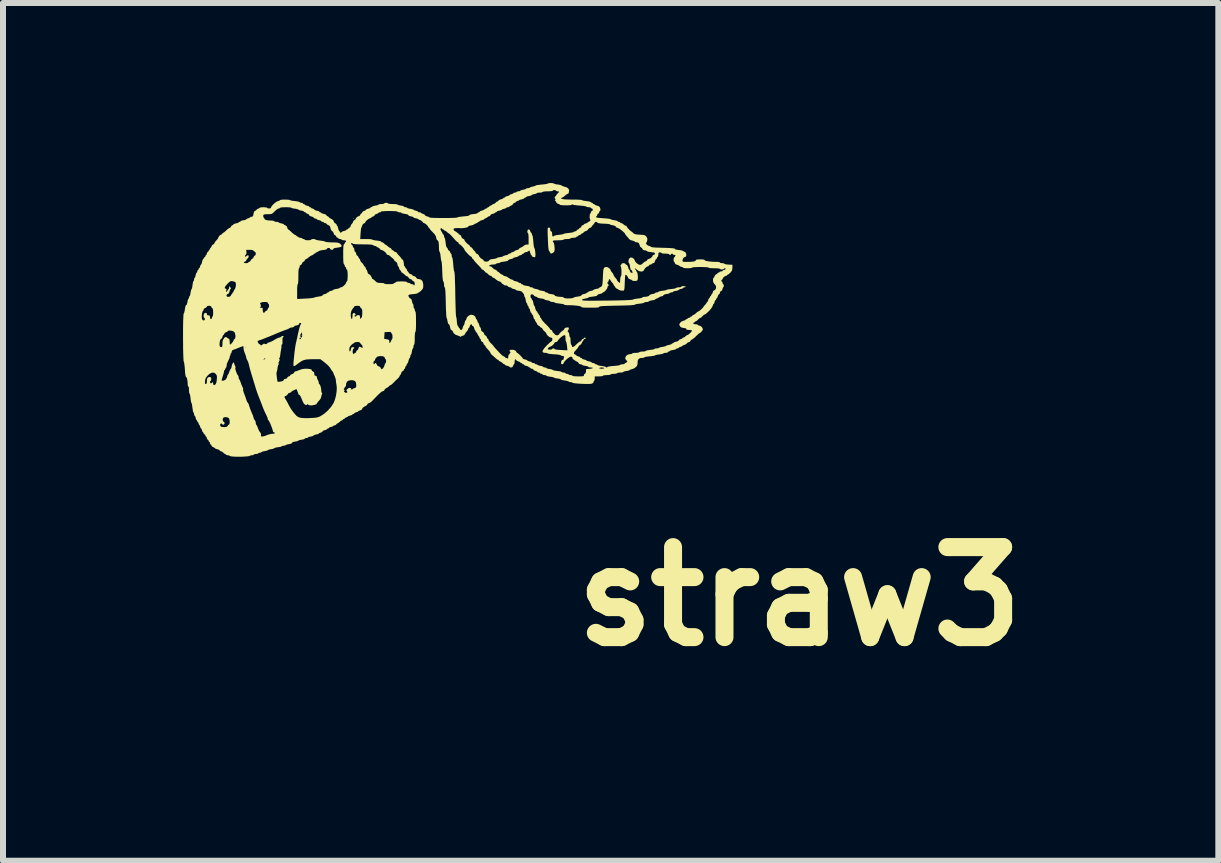
<source format=kicad_pcb>
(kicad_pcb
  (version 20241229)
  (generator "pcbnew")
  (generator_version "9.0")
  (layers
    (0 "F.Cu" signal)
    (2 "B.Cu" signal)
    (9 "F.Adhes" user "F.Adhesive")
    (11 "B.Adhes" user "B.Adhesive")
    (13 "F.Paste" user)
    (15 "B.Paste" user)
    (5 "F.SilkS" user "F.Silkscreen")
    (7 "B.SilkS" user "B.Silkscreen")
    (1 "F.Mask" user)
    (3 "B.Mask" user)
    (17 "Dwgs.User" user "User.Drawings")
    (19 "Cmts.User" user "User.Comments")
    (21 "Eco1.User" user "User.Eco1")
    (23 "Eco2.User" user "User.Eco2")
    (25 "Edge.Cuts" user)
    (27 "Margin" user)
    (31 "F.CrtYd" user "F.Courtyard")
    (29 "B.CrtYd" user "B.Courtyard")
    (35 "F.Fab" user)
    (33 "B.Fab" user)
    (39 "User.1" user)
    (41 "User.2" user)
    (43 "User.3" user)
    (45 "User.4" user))
  (footprint "straw3"
    (layer "F.Cu")
    (at 10.272 6.888)
    (property "Reference" "straw3" (at 0 0 0) (layer "F.SilkS") (effects (font (size 1.5 1.5) (thickness 0.3))))
    (attr board_only exclude_from_pos_files exclude_from_bom)
    (fp_poly (pts (xy -8.301 -4.352) (xy -8.299 -4.339) (xy -8.301 -4.338) (xy -8.307 -4.339) (xy -8.308 -4.345) (xy -8.304 -4.353)) (stroke (width 0) (type solid)) (fill yes) (layer "F.SilkS"))
    (fp_poly (pts (xy -7.421 -6.301) (xy -7.423 -6.295) (xy -7.428 -6.294) (xy -7.437 -6.298) (xy -7.435 -6.301) (xy -7.423 -6.303)) (stroke (width 0) (type solid)) (fill yes) (layer "F.SilkS"))
    (fp_poly (pts (xy -4.113 -6.886) (xy -4.094 -6.882) (xy -4.09 -6.878) (xy -4.081 -6.873) (xy -4.056 -6.867) (xy -4.031 -6.864) (xy -3.997 -6.859) (xy -3.972 -6.852) (xy -3.964 -6.847) (xy -3.949 -6.837) (xy -3.922 -6.829) (xy -3.915 -6.827) (xy -3.877 -6.815) (xy -3.85 -6.794) (xy -3.839 -6.768) (xy -3.84 -6.756) (xy -3.845 -6.732) (xy -3.846 -6.721) (xy -3.855 -6.709) (xy -3.862 -6.708) (xy -3.879 -6.701) (xy -3.902 -6.683) (xy -3.91 -6.676) (xy -3.934 -6.656) (xy -3.954 -6.645) (xy -3.958 -6.644) (xy -3.972 -6.639) (xy -3.974 -6.635) (xy -3.966 -6.626) (xy -3.942 -6.62) (xy -3.901 -6.615) (xy -3.84 -6.613) (xy -3.766 -6.612) (xy -3.714 -6.612) (xy -3.67 -6.61) (xy -3.639 -6.607) (xy -3.625 -6.604) (xy -3.624 -6.603) (xy -3.614 -6.598) (xy -3.589 -6.592) (xy -3.553 -6.588) (xy -3.553 -6.587) (xy -3.516 -6.583) (xy -3.489 -6.576) (xy -3.478 -6.57) (xy -3.477 -6.57) (xy -3.465 -6.56) (xy -3.459 -6.559) (xy -3.445 -6.553) (xy -3.444 -6.549) (xy -3.435 -6.539) (xy -3.428 -6.538) (xy -3.414 -6.533) (xy -3.412 -6.529) (xy -3.403 -6.521) (xy -3.381 -6.513) (xy -3.38 -6.513) (xy -3.351 -6.504) (xy -3.332 -6.491) (xy -3.322 -6.473) (xy -3.317 -6.45) (xy -3.319 -6.43) (xy -3.327 -6.422) (xy -3.336 -6.413) (xy -3.338 -6.4) (xy -3.345 -6.383) (xy -3.354 -6.379) (xy -3.367 -6.37) (xy -3.37 -6.358) (xy -3.374 -6.341) (xy -3.38 -6.337) (xy -3.39 -6.328) (xy -3.391 -6.322) (xy -3.385 -6.316) (xy -3.366 -6.31) (xy -3.332 -6.306) (xy -3.279 -6.302) (xy -3.272 -6.301) (xy -3.224 -6.298) (xy -3.185 -6.294) (xy -3.158 -6.289) (xy -3.148 -6.286) (xy -3.135 -6.279) (xy -3.108 -6.272) (xy -3.089 -6.269) (xy -3.058 -6.263) (xy -3.037 -6.256) (xy -3.032 -6.252) (xy -3.02 -6.243) (xy -3.009 -6.241) (xy -2.992 -6.237) (xy -2.988 -6.231) (xy -2.979 -6.222) (xy -2.969 -6.22) (xy -2.949 -6.213) (xy -2.932 -6.199) (xy -2.913 -6.183) (xy -2.898 -6.178) (xy -2.884 -6.173) (xy -2.882 -6.168) (xy -2.875 -6.155) (xy -2.859 -6.134) (xy -2.838 -6.111) (xy -2.818 -6.092) (xy -2.805 -6.083) (xy -2.804 -6.082) (xy -2.792 -6.075) (xy -2.774 -6.058) (xy -2.773 -6.057) (xy -2.758 -6.044) (xy -2.74 -6.036) (xy -2.712 -6.031) (xy -2.669 -6.028) (xy -2.663 -6.028) (xy -2.619 -6.025) (xy -2.59 -6.021) (xy -2.571 -6.014) (xy -2.557 -6.002) (xy -2.554 -5.998) (xy -2.537 -5.97) (xy -2.536 -5.938) (xy -2.537 -5.935) (xy -2.544 -5.908) (xy -2.554 -5.892) (xy -2.555 -5.891) (xy -2.558 -5.88) (xy -2.547 -5.864) (xy -2.529 -5.849) (xy -2.509 -5.84) (xy -2.502 -5.839) (xy -2.483 -5.833) (xy -2.477 -5.826) (xy -2.468 -5.821) (xy -2.444 -5.817) (xy -2.402 -5.813) (xy -2.342 -5.811) (xy -2.275 -5.809) (xy -2.201 -5.807) (xy -2.146 -5.804) (xy -2.109 -5.801) (xy -2.086 -5.797) (xy -2.077 -5.793) (xy -2.077 -5.791) (xy -2.067 -5.782) (xy -2.037 -5.775) (xy -2.012 -5.772) (xy -1.977 -5.768) (xy -1.95 -5.761) (xy -1.94 -5.756) (xy -1.925 -5.746) (xy -1.913 -5.742) (xy -1.898 -5.731) (xy -1.889 -5.71) (xy -1.886 -5.686) (xy -1.89 -5.666) (xy -1.901 -5.659) (xy -1.925 -5.649) (xy -1.943 -5.626) (xy -1.95 -5.6) (xy -1.949 -5.586) (xy -1.942 -5.579) (xy -1.926 -5.575) (xy -1.896 -5.574) (xy -1.872 -5.574) (xy -1.805 -5.576) (xy -1.76 -5.581) (xy -1.734 -5.591) (xy -1.727 -5.602) (xy -1.722 -5.61) (xy -1.702 -5.614) (xy -1.666 -5.616) (xy -1.653 -5.616) (xy -1.612 -5.615) (xy -1.588 -5.611) (xy -1.579 -5.604) (xy -1.579 -5.602) (xy -1.569 -5.594) (xy -1.541 -5.587) (xy -1.5 -5.581) (xy -1.449 -5.576) (xy -1.392 -5.574) (xy -1.371 -5.574) (xy -1.343 -5.572) (xy -1.326 -5.566) (xy -1.325 -5.563) (xy -1.315 -5.556) (xy -1.292 -5.553) (xy -1.287 -5.553) (xy -1.263 -5.55) (xy -1.251 -5.544) (xy -1.25 -5.543) (xy -1.241 -5.537) (xy -1.216 -5.532) (xy -1.184 -5.529) (xy -1.118 -5.526) (xy -1.118 -5.478) (xy -1.122 -5.441) (xy -1.136 -5.413) (xy -1.151 -5.396) (xy -1.174 -5.375) (xy -1.192 -5.363) (xy -1.196 -5.362) (xy -1.207 -5.355) (xy -1.208 -5.351) (xy -1.217 -5.342) (xy -1.227 -5.341) (xy -1.247 -5.333) (xy -1.268 -5.314) (xy -1.281 -5.294) (xy -1.282 -5.288) (xy -1.29 -5.277) (xy -1.293 -5.277) (xy -1.302 -5.269) (xy -1.303 -5.261) (xy -1.298 -5.247) (xy -1.293 -5.245) (xy -1.284 -5.236) (xy -1.282 -5.224) (xy -1.278 -5.207) (xy -1.272 -5.203) (xy -1.264 -5.194) (xy -1.261 -5.176) (xy -1.265 -5.157) (xy -1.272 -5.15) (xy -1.28 -5.141) (xy -1.282 -5.124) (xy -1.29 -5.1) (xy -1.303 -5.092) (xy -1.321 -5.077) (xy -1.325 -5.064) (xy -1.331 -5.044) (xy -1.34 -5.037) (xy -1.353 -5.024) (xy -1.362 -5.001) (xy -1.37 -4.979) (xy -1.378 -4.97) (xy -1.387 -4.961) (xy -1.388 -4.954) (xy -1.393 -4.94) (xy -1.398 -4.938) (xy -1.407 -4.929) (xy -1.415 -4.907) (xy -1.415 -4.906) (xy -1.422 -4.884) (xy -1.43 -4.874) (xy -1.431 -4.874) (xy -1.439 -4.865) (xy -1.446 -4.843) (xy -1.447 -4.841) (xy -1.458 -4.818) (xy -1.479 -4.789) (xy -1.507 -4.757) (xy -1.537 -4.728) (xy -1.564 -4.705) (xy -1.585 -4.695) (xy -1.588 -4.694) (xy -1.6 -4.687) (xy -1.617 -4.668) (xy -1.617 -4.668) (xy -1.636 -4.649) (xy -1.653 -4.641) (xy -1.67 -4.633) (xy -1.689 -4.615) (xy -1.707 -4.596) (xy -1.723 -4.588) (xy -1.737 -4.582) (xy -1.738 -4.578) (xy -1.746 -4.568) (xy -1.754 -4.567) (xy -1.768 -4.559) (xy -1.77 -4.551) (xy -1.762 -4.539) (xy -1.736 -4.535) (xy -1.733 -4.535) (xy -1.708 -4.533) (xy -1.696 -4.526) (xy -1.695 -4.525) (xy -1.687 -4.516) (xy -1.676 -4.514) (xy -1.649 -4.506) (xy -1.625 -4.485) (xy -1.612 -4.459) (xy -1.611 -4.452) (xy -1.615 -4.434) (xy -1.621 -4.429) (xy -1.631 -4.421) (xy -1.632 -4.413) (xy -1.64 -4.4) (xy -1.648 -4.398) (xy -1.663 -4.39) (xy -1.687 -4.371) (xy -1.716 -4.344) (xy -1.721 -4.339) (xy -1.75 -4.311) (xy -1.775 -4.291) (xy -1.792 -4.281) (xy -1.793 -4.281) (xy -1.809 -4.272) (xy -1.815 -4.26) (xy -1.828 -4.243) (xy -1.84 -4.239) (xy -1.862 -4.231) (xy -1.875 -4.218) (xy -1.897 -4.2) (xy -1.92 -4.19) (xy -1.941 -4.183) (xy -1.95 -4.175) (xy -1.959 -4.167) (xy -1.981 -4.159) (xy -1.982 -4.159) (xy -2.004 -4.151) (xy -2.013 -4.143) (xy -2.013 -4.142) (xy -2.022 -4.134) (xy -2.035 -4.133) (xy -2.052 -4.129) (xy -2.056 -4.123) (xy -2.065 -4.116) (xy -2.09 -4.109) (xy -2.109 -4.106) (xy -2.139 -4.1) (xy -2.158 -4.093) (xy -2.162 -4.089) (xy -2.17 -4.081) (xy -2.178 -4.08) (xy -2.192 -4.074) (xy -2.193 -4.069) (xy -2.203 -4.062) (xy -2.226 -4.059) (xy -2.231 -4.058) (xy -2.255 -4.056) (xy -2.267 -4.05) (xy -2.268 -4.049) (xy -2.277 -4.043) (xy -2.303 -4.037) (xy -2.337 -4.032) (xy -2.372 -4.027) (xy -2.396 -4.022) (xy -2.405 -4.017) (xy -2.415 -4.012) (xy -2.441 -4.007) (xy -2.479 -4.002) (xy -2.495 -4.001) (xy -2.536 -3.996) (xy -2.567 -3.991) (xy -2.584 -3.985) (xy -2.586 -3.983) (xy -2.595 -3.977) (xy -2.618 -3.974) (xy -2.628 -3.974) (xy -2.654 -3.971) (xy -2.669 -3.965) (xy -2.67 -3.963) (xy -2.679 -3.953) (xy -2.684 -3.952) (xy -2.693 -3.942) (xy -2.697 -3.912) (xy -2.697 -3.902) (xy -2.7 -3.865) (xy -2.71 -3.84) (xy -2.726 -3.822) (xy -2.756 -3.8) (xy -2.789 -3.787) (xy -2.792 -3.786) (xy -2.817 -3.78) (xy -2.829 -3.773) (xy -2.829 -3.772) (xy -2.839 -3.766) (xy -2.863 -3.76) (xy -2.882 -3.756) (xy -2.912 -3.751) (xy -2.932 -3.744) (xy -2.935 -3.74) (xy -2.945 -3.734) (xy -2.969 -3.731) (xy -2.988 -3.73) (xy -3.018 -3.728) (xy -3.038 -3.723) (xy -3.041 -3.719) (xy -3.051 -3.713) (xy -3.075 -3.71) (xy -3.094 -3.709) (xy -3.124 -3.707) (xy -3.144 -3.702) (xy -3.147 -3.698) (xy -3.157 -3.693) (xy -3.182 -3.689) (xy -3.211 -3.688) (xy -3.245 -3.686) (xy -3.268 -3.682) (xy -3.274 -3.677) (xy -3.284 -3.671) (xy -3.31 -3.668) (xy -3.343 -3.666) (xy -3.412 -3.666) (xy -3.412 -3.629) (xy -3.415 -3.605) (xy -3.421 -3.593) (xy -3.423 -3.592) (xy -3.431 -3.583) (xy -3.433 -3.572) (xy -3.439 -3.556) (xy -3.461 -3.546) (xy -3.472 -3.543) (xy -3.499 -3.541) (xy -3.539 -3.54) (xy -3.586 -3.541) (xy -3.636 -3.543) (xy -3.685 -3.546) (xy -3.729 -3.55) (xy -3.762 -3.554) (xy -3.779 -3.559) (xy -3.781 -3.56) (xy -3.793 -3.568) (xy -3.816 -3.571) (xy -3.838 -3.574) (xy -3.847 -3.58) (xy -3.856 -3.586) (xy -3.881 -3.592) (xy -3.909 -3.597) (xy -3.943 -3.602) (xy -3.968 -3.609) (xy -3.976 -3.615) (xy -3.988 -3.623) (xy -4.014 -3.629) (xy -4.035 -3.632) (xy -4.066 -3.636) (xy -4.086 -3.642) (xy -4.09 -3.646) (xy -4.1 -3.651) (xy -4.125 -3.657) (xy -4.154 -3.661) (xy -4.187 -3.666) (xy -4.21 -3.673) (xy -4.217 -3.678) (xy -4.227 -3.685) (xy -4.249 -3.688) (xy -4.249 -3.688) (xy -4.272 -3.691) (xy -4.281 -3.698) (xy -4.281 -3.698) (xy -4.29 -3.707) (xy -4.302 -3.709) (xy -4.319 -3.713) (xy -4.323 -3.719) (xy -4.332 -3.728) (xy -4.345 -3.73) (xy -4.362 -3.734) (xy -4.366 -3.74) (xy -4.375 -3.749) (xy -4.397 -3.756) (xy -4.421 -3.766) (xy -4.433 -3.778) (xy -4.448 -3.791) (xy -4.461 -3.794) (xy -4.478 -3.798) (xy -4.482 -3.804) (xy -4.491 -3.814) (xy -4.498 -3.815) (xy -4.512 -3.82) (xy -4.514 -3.824) (xy -4.523 -3.832) (xy -4.546 -3.84) (xy -4.551 -3.841) (xy -4.576 -3.848) (xy -4.588 -3.856) (xy -4.588 -3.858) (xy -4.597 -3.867) (xy -4.604 -3.868) (xy -4.618 -3.873) (xy -4.62 -3.878) (xy -4.629 -3.888) (xy -4.636 -3.889) (xy -4.65 -3.894) (xy -4.652 -3.899) (xy -4.661 -3.908) (xy -4.683 -3.915) (xy -4.707 -3.925) (xy -4.72 -3.937) (xy -4.73 -3.952) (xy -4.739 -3.949) (xy -4.746 -3.929) (xy -4.747 -3.91) (xy -4.749 -3.884) (xy -4.755 -3.869) (xy -4.757 -3.868) (xy -4.766 -3.859) (xy -4.773 -3.841) (xy -4.785 -3.82) (xy -4.806 -3.815) (xy -4.826 -3.818) (xy -4.832 -3.825) (xy -4.841 -3.833) (xy -4.864 -3.841) (xy -4.869 -3.842) (xy -4.894 -3.849) (xy -4.906 -3.857) (xy -4.906 -3.858) (xy -4.914 -3.867) (xy -4.918 -3.868) (xy -4.934 -3.875) (xy -4.947 -3.887) (xy -4.971 -3.906) (xy -4.988 -3.915) (xy -5.007 -3.924) (xy -5.012 -3.932) (xy -5.02 -3.941) (xy -5.024 -3.942) (xy -5.039 -3.949) (xy -5.06 -3.966) (xy -5.065 -3.971) (xy -5.093 -3.997) (xy -5.12 -4.02) (xy -5.122 -4.021) (xy -5.141 -4.04) (xy -5.149 -4.056) (xy -5.149 -4.057) (xy -5.157 -4.073) (xy -5.174 -4.095) (xy -5.179 -4.101) (xy -5.209 -4.133) (xy -5.226 -4.154) (xy -5.234 -4.168) (xy -5.235 -4.173) (xy -5.243 -4.185) (xy -5.251 -4.189) (xy -5.264 -4.204) (xy -5.266 -4.216) (xy -5.276 -4.235) (xy -5.288 -4.242) (xy -5.306 -4.256) (xy -5.309 -4.269) (xy -5.313 -4.287) (xy -5.319 -4.292) (xy -5.329 -4.3) (xy -5.33 -4.307) (xy -5.337 -4.327) (xy -5.345 -4.336) (xy -5.36 -4.358) (xy -5.366 -4.374) (xy -5.376 -4.392) (xy -5.384 -4.398) (xy -5.393 -4.406) (xy -5.394 -4.413) (xy -5.399 -4.428) (xy -5.403 -4.429) (xy -5.411 -4.439) (xy -5.418 -4.461) (xy -5.419 -4.466) (xy -5.428 -4.493) (xy -5.441 -4.504) (xy -5.442 -4.504) (xy -5.455 -4.512) (xy -5.457 -4.519) (xy -5.462 -4.534) (xy -5.474 -4.534) (xy -5.487 -4.521) (xy -5.494 -4.504) (xy -5.502 -4.481) (xy -5.511 -4.472) (xy -5.511 -4.472) (xy -5.52 -4.463) (xy -5.521 -4.454) (xy -5.528 -4.436) (xy -5.546 -4.414) (xy -5.546 -4.414) (xy -5.565 -4.391) (xy -5.575 -4.37) (xy -5.588 -4.352) (xy -5.606 -4.346) (xy -5.629 -4.339) (xy -5.64 -4.33) (xy -5.65 -4.324) (xy -5.656 -4.33) (xy -5.671 -4.339) (xy -5.697 -4.348) (xy -5.7 -4.348) (xy -5.732 -4.361) (xy -5.759 -4.382) (xy -5.774 -4.406) (xy -5.775 -4.414) (xy -5.784 -4.428) (xy -5.796 -4.434) (xy -5.812 -4.447) (xy -5.821 -4.477) (xy -5.823 -4.488) (xy -5.831 -4.518) (xy -5.841 -4.534) (xy -5.844 -4.535) (xy -5.854 -4.545) (xy -5.863 -4.573) (xy -5.865 -4.588) (xy -5.871 -4.618) (xy -5.877 -4.638) (xy -5.881 -4.641) (xy -5.883 -4.651) (xy -5.886 -4.68) (xy -5.888 -4.724) (xy -5.891 -4.78) (xy -5.893 -4.845) (xy -5.894 -4.892) (xy -5.896 -4.983) (xy -5.899 -5.052) (xy -5.902 -5.102) (xy -5.906 -5.134) (xy -5.911 -5.147) (xy -5.911 -5.148) (xy -5.919 -5.16) (xy -5.923 -5.185) (xy -5.923 -5.198) (xy -5.926 -5.226) (xy -5.932 -5.245) (xy -5.935 -5.247) (xy -5.941 -5.26) (xy -5.946 -5.293) (xy -5.95 -5.345) (xy -5.953 -5.417) (xy -5.953 -5.418) (xy -5.955 -5.475) (xy -5.958 -5.523) (xy -5.961 -5.56) (xy -5.964 -5.581) (xy -5.966 -5.584) (xy -5.97 -5.594) (xy -5.975 -5.62) (xy -5.979 -5.656) (xy -5.98 -5.661) (xy -5.984 -5.699) (xy -5.99 -5.727) (xy -5.997 -5.741) (xy -5.997 -5.741) (xy -6.003 -5.753) (xy -6.007 -5.78) (xy -6.008 -5.816) (xy -6.01 -5.873) (xy -6.016 -5.91) (xy -6.025 -5.93) (xy -6.035 -5.934) (xy -6.044 -5.944) (xy -6.052 -5.967) (xy -6.053 -5.976) (xy -6.061 -6.004) (xy -6.077 -6.031) (xy -6.107 -6.064) (xy -6.113 -6.07) (xy -6.14 -6.097) (xy -6.159 -6.12) (xy -6.165 -6.13) (xy -5.983 -6.13) (xy -5.981 -6.112) (xy -5.972 -6.091) (xy -5.966 -6.082) (xy -5.957 -6.069) (xy -5.951 -6.053) (xy -5.941 -6.035) (xy -5.933 -6.029) (xy -5.926 -6.02) (xy -5.923 -6.003) (xy -5.92 -5.983) (xy -5.914 -5.976) (xy -5.909 -5.967) (xy -5.903 -5.941) (xy -5.898 -5.905) (xy -5.897 -5.898) (xy -5.891 -5.849) (xy -5.882 -5.821) (xy -5.875 -5.813) (xy -5.863 -5.799) (xy -5.86 -5.786) (xy -5.853 -5.769) (xy -5.844 -5.765) (xy -5.83 -5.755) (xy -5.822 -5.738) (xy -5.814 -5.718) (xy -5.806 -5.712) (xy -5.799 -5.702) (xy -5.796 -5.68) (xy -5.796 -5.68) (xy -5.794 -5.657) (xy -5.787 -5.648) (xy -5.787 -5.648) (xy -5.783 -5.638) (xy -5.778 -5.611) (xy -5.773 -5.572) (xy -5.77 -5.534) (xy -5.766 -5.487) (xy -5.761 -5.448) (xy -5.756 -5.422) (xy -5.752 -5.414) (xy -5.749 -5.401) (xy -5.746 -5.37) (xy -5.743 -5.32) (xy -5.741 -5.253) (xy -5.738 -5.172) (xy -5.736 -5.078) (xy -5.736 -5.037) (xy -5.734 -4.951) (xy -5.732 -4.872) (xy -5.73 -4.801) (xy -5.728 -4.743) (xy -5.726 -4.699) (xy -5.724 -4.671) (xy -5.722 -4.662) (xy -5.718 -4.65) (xy -5.713 -4.622) (xy -5.71 -4.585) (xy -5.71 -4.584) (xy -5.705 -4.543) (xy -5.699 -4.516) (xy -5.692 -4.506) (xy -5.681 -4.493) (xy -5.68 -4.487) (xy -5.674 -4.473) (xy -5.669 -4.472) (xy -5.66 -4.463) (xy -5.659 -4.456) (xy -5.65 -4.443) (xy -5.639 -4.44) (xy -5.623 -4.447) (xy -5.613 -4.471) (xy -5.612 -4.477) (xy -5.605 -4.501) (xy -5.597 -4.514) (xy -5.596 -4.514) (xy -5.589 -4.524) (xy -5.582 -4.547) (xy -5.58 -4.557) (xy -5.574 -4.583) (xy -5.566 -4.598) (xy -5.563 -4.599) (xy -5.555 -4.608) (xy -5.553 -4.62) (xy -5.543 -4.647) (xy -5.52 -4.672) (xy -5.489 -4.69) (xy -5.464 -4.694) (xy -5.432 -4.686) (xy -5.406 -4.667) (xy -5.394 -4.64) (xy -5.394 -4.636) (xy -5.388 -4.622) (xy -5.384 -4.62) (xy -5.375 -4.611) (xy -5.367 -4.589) (xy -5.367 -4.588) (xy -5.36 -4.566) (xy -5.352 -4.557) (xy -5.352 -4.557) (xy -5.344 -4.547) (xy -5.337 -4.525) (xy -5.336 -4.519) (xy -5.329 -4.495) (xy -5.32 -4.483) (xy -5.319 -4.482) (xy -5.311 -4.473) (xy -5.309 -4.459) (xy -5.302 -4.427) (xy -5.28 -4.408) (xy -5.274 -4.405) (xy -5.259 -4.39) (xy -5.256 -4.377) (xy -5.247 -4.357) (xy -5.236 -4.35) (xy -5.218 -4.336) (xy -5.209 -4.318) (xy -5.201 -4.298) (xy -5.192 -4.292) (xy -5.183 -4.283) (xy -5.182 -4.274) (xy -5.174 -4.257) (xy -5.156 -4.233) (xy -5.139 -4.216) (xy -5.116 -4.193) (xy -5.101 -4.176) (xy -5.097 -4.17) (xy -5.09 -4.159) (xy -5.073 -4.139) (xy -5.057 -4.122) (xy -5.027 -4.089) (xy -4.996 -4.056) (xy -4.984 -4.044) (xy -4.959 -4.02) (xy -4.936 -4.004) (xy -4.929 -4.001) (xy -4.911 -3.991) (xy -4.906 -3.984) (xy -4.897 -3.975) (xy -4.886 -3.974) (xy -4.866 -3.968) (xy -4.86 -3.96) (xy -4.857 -3.961) (xy -4.854 -3.978) (xy -4.854 -3.987) (xy -4.851 -4.013) (xy -4.845 -4.026) (xy -4.843 -4.027) (xy -4.833 -4.035) (xy -4.832 -4.042) (xy -4.824 -4.059) (xy -4.819 -4.063) (xy -4.811 -4.07) (xy -4.819 -4.075) (xy -4.833 -4.088) (xy -4.83 -4.1) (xy -4.811 -4.109) (xy -4.79 -4.111) (xy -4.755 -4.106) (xy -4.729 -4.092) (xy -4.716 -4.072) (xy -4.715 -4.068) (xy -4.707 -4.059) (xy -4.705 -4.058) (xy -4.692 -4.051) (xy -4.671 -4.033) (xy -4.647 -4.01) (xy -4.626 -3.987) (xy -4.612 -3.969) (xy -4.61 -3.963) (xy -4.6 -3.956) (xy -4.577 -3.949) (xy -4.572 -3.948) (xy -4.548 -3.941) (xy -4.536 -3.933) (xy -4.535 -3.932) (xy -4.526 -3.924) (xy -4.503 -3.917) (xy -4.498 -3.916) (xy -4.474 -3.909) (xy -4.462 -3.9) (xy -4.461 -3.899) (xy -4.452 -3.891) (xy -4.435 -3.889) (xy -4.415 -3.885) (xy -4.408 -3.878) (xy -4.399 -3.87) (xy -4.387 -3.868) (xy -4.37 -3.864) (xy -4.366 -3.859) (xy -4.356 -3.852) (xy -4.333 -3.845) (xy -4.321 -3.843) (xy -4.293 -3.837) (xy -4.275 -3.829) (xy -4.272 -3.826) (xy -4.26 -3.817) (xy -4.243 -3.815) (xy -4.224 -3.812) (xy -4.217 -3.806) (xy -4.208 -3.799) (xy -4.184 -3.792) (xy -4.164 -3.789) (xy -4.134 -3.784) (xy -4.115 -3.777) (xy -4.111 -3.773) (xy -4.102 -3.768) (xy -4.076 -3.762) (xy -4.04 -3.757) (xy -4.037 -3.756) (xy -4.001 -3.752) (xy -3.974 -3.746) (xy -3.963 -3.74) (xy -3.963 -3.74) (xy -3.954 -3.733) (xy -3.932 -3.73) (xy -3.931 -3.73) (xy -3.909 -3.727) (xy -3.9 -3.72) (xy -3.9 -3.719) (xy -3.89 -3.711) (xy -3.873 -3.709) (xy -3.853 -3.705) (xy -3.847 -3.698) (xy -3.837 -3.691) (xy -3.815 -3.688) (xy -3.815 -3.688) (xy -3.792 -3.685) (xy -3.783 -3.677) (xy -3.783 -3.677) (xy -3.773 -3.672) (xy -3.745 -3.668) (xy -3.703 -3.667) (xy -3.688 -3.666) (xy -3.642 -3.667) (xy -3.614 -3.668) (xy -3.599 -3.672) (xy -3.593 -3.679) (xy -3.592 -3.688) (xy -3.586 -3.705) (xy -3.577 -3.709) (xy -3.565 -3.719) (xy -3.558 -3.748) (xy -3.558 -3.749) (xy -3.555 -3.788) (xy -3.5 -3.791) (xy -3.467 -3.796) (xy -3.448 -3.802) (xy -3.447 -3.804) (xy -3.338 -3.804) (xy -3.329 -3.798) (xy -3.305 -3.794) (xy -3.296 -3.794) (xy -3.269 -3.796) (xy -3.254 -3.802) (xy -3.253 -3.804) (xy -3.263 -3.811) (xy -3.286 -3.814) (xy -3.296 -3.815) (xy -3.322 -3.812) (xy -3.337 -3.807) (xy -3.338 -3.804) (xy -3.447 -3.804) (xy -3.445 -3.809) (xy -3.46 -3.814) (xy -3.481 -3.815) (xy -3.505 -3.817) (xy -3.518 -3.824) (xy -3.518 -3.825) (xy -3.528 -3.832) (xy -3.552 -3.839) (xy -3.571 -3.842) (xy -3.601 -3.848) (xy -3.62 -3.855) (xy -3.624 -3.859) (xy -3.633 -3.866) (xy -3.65 -3.868) (xy -3.674 -3.876) (xy -3.682 -3.889) (xy -3.693 -3.906) (xy -3.703 -3.91) (xy -3.72 -3.917) (xy -3.741 -3.931) (xy -3.761 -3.946) (xy -3.774 -3.953) (xy -3.781 -3.961) (xy -3.783 -3.974) (xy -3.789 -3.99) (xy -3.809 -3.995) (xy -3.83 -3.988) (xy -3.859 -3.969) (xy -3.888 -3.944) (xy -3.913 -3.917) (xy -3.929 -3.894) (xy -3.931 -3.885) (xy -3.94 -3.871) (xy -3.953 -3.868) (xy -3.97 -3.875) (xy -3.974 -3.888) (xy -3.969 -3.92) (xy -3.956 -3.939) (xy -3.946 -3.942) (xy -3.933 -3.947) (xy -3.931 -3.95) (xy -3.929 -3.966) (xy -3.925 -3.982) (xy -3.923 -3.999) (xy -3.936 -4.005) (xy -3.945 -4.006) (xy -3.967 -4.009) (xy -3.976 -4.017) (xy -3.988 -4.023) (xy -4.017 -4.028) (xy -4.06 -4.033) (xy -4.088 -4.034) (xy -4.133 -4.038) (xy -4.169 -4.042) (xy -4.191 -4.046) (xy -4.196 -4.049) (xy -4.206 -4.055) (xy -4.229 -4.058) (xy -4.239 -4.058) (xy -4.269 -4.063) (xy -4.282 -4.076) (xy -4.278 -4.098) (xy -4.263 -4.121) (xy -4.196 -4.121) (xy -4.187 -4.115) (xy -4.164 -4.112) (xy -4.159 -4.111) (xy -4.135 -4.114) (xy -4.122 -4.121) (xy -4.122 -4.122) (xy -4.113 -4.131) (xy -4.101 -4.133) (xy -4.084 -4.128) (xy -4.08 -4.123) (xy -4.074 -4.117) (xy -4.055 -4.113) (xy -4.021 -4.109) (xy -3.969 -4.106) (xy -3.912 -4.103) (xy -3.867 -4.101) (xy -3.874 -4.172) (xy -3.879 -4.209) (xy -3.885 -4.236) (xy -3.89 -4.247) (xy -3.891 -4.247) (xy -3.896 -4.259) (xy -3.899 -4.285) (xy -3.9 -4.304) (xy -3.9 -4.336) (xy -3.904 -4.35) (xy -3.913 -4.353) (xy -3.926 -4.351) (xy -3.95 -4.338) (xy -3.98 -4.315) (xy -4.008 -4.287) (xy -4.027 -4.262) (xy -4.03 -4.256) (xy -4.045 -4.242) (xy -4.058 -4.239) (xy -4.076 -4.235) (xy -4.08 -4.23) (xy -4.087 -4.214) (xy -4.106 -4.193) (xy -4.127 -4.174) (xy -4.145 -4.165) (xy -4.147 -4.164) (xy -4.167 -4.157) (xy -4.186 -4.141) (xy -4.196 -4.123) (xy -4.196 -4.121) (xy -4.263 -4.121) (xy -4.257 -4.131) (xy -4.218 -4.175) (xy -4.213 -4.18) (xy -4.182 -4.21) (xy -4.156 -4.234) (xy -4.139 -4.247) (xy -4.135 -4.249) (xy -4.124 -4.258) (xy -4.118 -4.278) (xy -4.119 -4.3) (xy -4.132 -4.311) (xy -4.143 -4.313) (xy -4.163 -4.32) (xy -4.188 -4.338) (xy -4.208 -4.359) (xy -4.218 -4.378) (xy -4.218 -4.379) (xy -4.226 -4.394) (xy -4.245 -4.414) (xy -4.25 -4.418) (xy -4.27 -4.438) (xy -4.281 -4.455) (xy -4.281 -4.457) (xy -4.29 -4.471) (xy -4.302 -4.477) (xy -4.319 -4.486) (xy -4.323 -4.493) (xy -4.332 -4.503) (xy -4.344 -4.509) (xy -4.364 -4.523) (xy -4.372 -4.538) (xy -4.384 -4.563) (xy -4.394 -4.575) (xy -4.406 -4.595) (xy -4.408 -4.605) (xy -4.413 -4.619) (xy -4.418 -4.62) (xy -4.426 -4.629) (xy -4.433 -4.652) (xy -4.434 -4.657) (xy -4.441 -4.682) (xy -4.45 -4.694) (xy -4.451 -4.694) (xy -4.46 -4.703) (xy -4.461 -4.71) (xy -4.467 -4.724) (xy -4.471 -4.726) (xy -4.48 -4.735) (xy -4.487 -4.758) (xy -4.488 -4.763) (xy -4.495 -4.788) (xy -4.503 -4.8) (xy -4.505 -4.8) (xy -4.512 -4.809) (xy -4.514 -4.821) (xy -4.519 -4.839) (xy -4.525 -4.843) (xy -4.533 -4.852) (xy -4.535 -4.864) (xy -4.539 -4.881) (xy -4.545 -4.885) (xy -4.552 -4.895) (xy -4.559 -4.919) (xy -4.562 -4.938) (xy -4.568 -4.968) (xy -4.575 -4.987) (xy -4.579 -4.991) (xy -4.586 -5) (xy -4.586 -5.002) (xy -4.482 -5.002) (xy -4.479 -4.979) (xy -4.472 -4.97) (xy -4.472 -4.97) (xy -4.462 -4.961) (xy -4.461 -4.954) (xy -4.456 -4.94) (xy -4.452 -4.938) (xy -4.445 -4.929) (xy -4.438 -4.905) (xy -4.435 -4.89) (xy -4.429 -4.862) (xy -4.422 -4.845) (xy -4.419 -4.843) (xy -4.412 -4.833) (xy -4.405 -4.81) (xy -4.403 -4.801) (xy -4.395 -4.773) (xy -4.384 -4.756) (xy -4.381 -4.754) (xy -4.367 -4.739) (xy -4.366 -4.732) (xy -4.36 -4.717) (xy -4.355 -4.715) (xy -4.346 -4.707) (xy -4.345 -4.7) (xy -4.339 -4.685) (xy -4.334 -4.684) (xy -4.325 -4.675) (xy -4.323 -4.662) (xy -4.319 -4.645) (xy -4.313 -4.641) (xy -4.303 -4.633) (xy -4.302 -4.625) (xy -4.295 -4.612) (xy -4.276 -4.587) (xy -4.248 -4.557) (xy -4.228 -4.537) (xy -4.196 -4.505) (xy -4.171 -4.477) (xy -4.157 -4.458) (xy -4.154 -4.452) (xy -4.145 -4.441) (xy -4.138 -4.44) (xy -4.124 -4.433) (xy -4.122 -4.426) (xy -4.115 -4.409) (xy -4.104 -4.395) (xy -4.082 -4.374) (xy -4.071 -4.361) (xy -4.052 -4.351) (xy -4.028 -4.352) (xy -4.01 -4.362) (xy -4.008 -4.366) (xy -3.995 -4.385) (xy -3.973 -4.407) (xy -3.95 -4.426) (xy -3.939 -4.432) (xy -3.924 -4.445) (xy -3.921 -4.454) (xy -3.911 -4.471) (xy -3.884 -4.481) (xy -3.863 -4.482) (xy -3.845 -4.479) (xy -3.843 -4.464) (xy -3.844 -4.459) (xy -3.853 -4.436) (xy -3.862 -4.427) (xy -3.865 -4.416) (xy -3.855 -4.407) (xy -3.84 -4.387) (xy -3.836 -4.36) (xy -3.833 -4.336) (xy -3.827 -4.324) (xy -3.825 -4.323) (xy -3.82 -4.314) (xy -3.816 -4.289) (xy -3.815 -4.26) (xy -3.813 -4.226) (xy -3.809 -4.203) (xy -3.804 -4.196) (xy -3.796 -4.187) (xy -3.794 -4.175) (xy -3.788 -4.157) (xy -3.771 -4.157) (xy -3.745 -4.173) (xy -3.715 -4.202) (xy -3.688 -4.227) (xy -3.664 -4.244) (xy -3.651 -4.249) (xy -3.637 -4.258) (xy -3.635 -4.266) (xy -3.626 -4.282) (xy -3.613 -4.289) (xy -3.596 -4.297) (xy -3.592 -4.303) (xy -3.584 -4.312) (xy -3.576 -4.313) (xy -3.562 -4.307) (xy -3.56 -4.302) (xy -3.569 -4.293) (xy -3.577 -4.292) (xy -3.593 -4.283) (xy -3.6 -4.27) (xy -3.608 -4.253) (xy -3.614 -4.249) (xy -3.622 -4.24) (xy -3.628 -4.223) (xy -3.641 -4.201) (xy -3.655 -4.191) (xy -3.675 -4.176) (xy -3.683 -4.161) (xy -3.695 -4.14) (xy -3.717 -4.114) (xy -3.726 -4.104) (xy -3.753 -4.073) (xy -3.76 -4.05) (xy -3.748 -4.035) (xy -3.741 -4.032) (xy -3.723 -4.023) (xy -3.719 -4.016) (xy -3.71 -4.008) (xy -3.688 -4) (xy -3.688 -4) (xy -3.665 -3.993) (xy -3.656 -3.984) (xy -3.656 -3.983) (xy -3.647 -3.975) (xy -3.64 -3.974) (xy -3.626 -3.968) (xy -3.624 -3.964) (xy -3.615 -3.955) (xy -3.592 -3.948) (xy -3.587 -3.947) (xy -3.563 -3.94) (xy -3.55 -3.933) (xy -3.55 -3.932) (xy -3.541 -3.925) (xy -3.517 -3.918) (xy -3.507 -3.917) (xy -3.481 -3.91) (xy -3.466 -3.902) (xy -3.465 -3.899) (xy -3.456 -3.892) (xy -3.439 -3.889) (xy -3.419 -3.885) (xy -3.412 -3.878) (xy -3.403 -3.87) (xy -3.392 -3.868) (xy -3.373 -3.863) (xy -3.368 -3.857) (xy -3.356 -3.851) (xy -3.33 -3.844) (xy -3.298 -3.84) (xy -3.264 -3.835) (xy -3.24 -3.829) (xy -3.232 -3.824) (xy -3.223 -3.816) (xy -3.216 -3.815) (xy -3.202 -3.82) (xy -3.2 -3.824) (xy -3.19 -3.828) (xy -3.164 -3.833) (xy -3.125 -3.838) (xy -3.097 -3.84) (xy -3.053 -3.844) (xy -3.017 -3.849) (xy -2.995 -3.854) (xy -2.99 -3.858) (xy -2.978 -3.864) (xy -2.954 -3.868) (xy -2.95 -3.868) (xy -2.926 -3.87) (xy -2.914 -3.877) (xy -2.914 -3.878) (xy -2.906 -3.889) (xy -2.903 -3.889) (xy -2.886 -3.896) (xy -2.877 -3.903) (xy -2.869 -3.916) (xy -2.878 -3.928) (xy -2.883 -3.932) (xy -2.901 -3.955) (xy -2.902 -3.982) (xy -2.889 -4.007) (xy -2.864 -4.027) (xy -2.83 -4.037) (xy -2.822 -4.037) (xy -2.799 -4.04) (xy -2.787 -4.047) (xy -2.787 -4.048) (xy -2.777 -4.054) (xy -2.753 -4.058) (xy -2.729 -4.058) (xy -2.697 -4.06) (xy -2.676 -4.065) (xy -2.67 -4.069) (xy -2.661 -4.075) (xy -2.636 -4.079) (xy -2.617 -4.08) (xy -2.587 -4.081) (xy -2.568 -4.086) (xy -2.564 -4.09) (xy -2.555 -4.095) (xy -2.529 -4.102) (xy -2.493 -4.107) (xy -2.49 -4.107) (xy -2.454 -4.112) (xy -2.427 -4.117) (xy -2.416 -4.123) (xy -2.416 -4.123) (xy -2.407 -4.13) (xy -2.384 -4.133) (xy -2.379 -4.133) (xy -2.354 -4.135) (xy -2.342 -4.141) (xy -2.342 -4.142) (xy -2.332 -4.148) (xy -2.308 -4.154) (xy -2.287 -4.157) (xy -2.255 -4.163) (xy -2.232 -4.17) (xy -2.226 -4.173) (xy -2.213 -4.181) (xy -2.186 -4.188) (xy -2.175 -4.191) (xy -2.148 -4.197) (xy -2.132 -4.205) (xy -2.13 -4.208) (xy -2.121 -4.216) (xy -2.114 -4.217) (xy -2.1 -4.223) (xy -2.098 -4.227) (xy -2.089 -4.235) (xy -2.065 -4.242) (xy -2.056 -4.244) (xy -2.028 -4.252) (xy -2.014 -4.263) (xy -2.013 -4.265) (xy -2.004 -4.277) (xy -1.982 -4.286) (xy -1.982 -4.286) (xy -1.959 -4.294) (xy -1.95 -4.303) (xy -1.95 -4.303) (xy -1.941 -4.312) (xy -1.934 -4.313) (xy -1.915 -4.32) (xy -1.9 -4.334) (xy -1.881 -4.35) (xy -1.868 -4.355) (xy -1.852 -4.363) (xy -1.83 -4.38) (xy -1.809 -4.402) (xy -1.794 -4.422) (xy -1.791 -4.43) (xy -1.8 -4.436) (xy -1.824 -4.439) (xy -1.839 -4.44) (xy -1.87 -4.442) (xy -1.884 -4.449) (xy -1.886 -4.456) (xy -1.894 -4.467) (xy -1.918 -4.472) (xy -1.926 -4.472) (xy -1.963 -4.479) (xy -1.99 -4.498) (xy -2.002 -4.525) (xy -2.003 -4.53) (xy -1.994 -4.553) (xy -1.971 -4.576) (xy -1.94 -4.592) (xy -1.928 -4.595) (xy -1.906 -4.602) (xy -1.897 -4.611) (xy -1.897 -4.611) (xy -1.888 -4.619) (xy -1.881 -4.62) (xy -1.867 -4.626) (xy -1.865 -4.631) (xy -1.856 -4.639) (xy -1.844 -4.641) (xy -1.827 -4.646) (xy -1.823 -4.652) (xy -1.814 -4.661) (xy -1.807 -4.662) (xy -1.793 -4.668) (xy -1.791 -4.672) (xy -1.782 -4.683) (xy -1.768 -4.69) (xy -1.744 -4.702) (xy -1.722 -4.722) (xy -1.702 -4.74) (xy -1.688 -4.747) (xy -1.688 -4.747) (xy -1.674 -4.754) (xy -1.653 -4.77) (xy -1.629 -4.791) (xy -1.61 -4.811) (xy -1.6 -4.824) (xy -1.6 -4.825) (xy -1.593 -4.837) (xy -1.576 -4.855) (xy -1.574 -4.858) (xy -1.556 -4.878) (xy -1.547 -4.893) (xy -1.547 -4.894) (xy -1.54 -4.906) (xy -1.537 -4.906) (xy -1.529 -4.915) (xy -1.521 -4.937) (xy -1.521 -4.938) (xy -1.513 -4.96) (xy -1.504 -4.97) (xy -1.504 -4.97) (xy -1.495 -4.978) (xy -1.494 -4.986) (xy -1.488 -5) (xy -1.484 -5.002) (xy -1.474 -5.01) (xy -1.473 -5.017) (xy -1.468 -5.032) (xy -1.463 -5.033) (xy -1.454 -5.043) (xy -1.447 -5.065) (xy -1.446 -5.065) (xy -1.439 -5.087) (xy -1.429 -5.097) (xy -1.429 -5.097) (xy -1.408 -5.106) (xy -1.394 -5.128) (xy -1.39 -5.156) (xy -1.397 -5.182) (xy -1.401 -5.187) (xy -1.425 -5.215) (xy -1.437 -5.236) (xy -1.441 -5.259) (xy -1.441 -5.271) (xy -1.439 -5.296) (xy -1.433 -5.309) (xy -1.432 -5.309) (xy -1.422 -5.318) (xy -1.416 -5.335) (xy -1.403 -5.357) (xy -1.388 -5.367) (xy -1.371 -5.377) (xy -1.367 -5.384) (xy -1.358 -5.393) (xy -1.351 -5.394) (xy -1.337 -5.399) (xy -1.335 -5.404) (xy -1.326 -5.412) (xy -1.309 -5.415) (xy -1.289 -5.418) (xy -1.282 -5.424) (xy -1.273 -5.434) (xy -1.256 -5.44) (xy -1.236 -5.449) (xy -1.229 -5.46) (xy -1.238 -5.467) (xy -1.245 -5.468) (xy -1.259 -5.462) (xy -1.261 -5.457) (xy -1.27 -5.45) (xy -1.292 -5.447) (xy -1.293 -5.447) (xy -1.315 -5.45) (xy -1.325 -5.457) (xy -1.325 -5.457) (xy -1.335 -5.462) (xy -1.362 -5.466) (xy -1.404 -5.468) (xy -1.42 -5.468) (xy -1.466 -5.469) (xy -1.498 -5.472) (xy -1.514 -5.477) (xy -1.515 -5.478) (xy -1.526 -5.483) (xy -1.555 -5.486) (xy -1.601 -5.488) (xy -1.653 -5.489) (xy -1.712 -5.488) (xy -1.756 -5.486) (xy -1.783 -5.482) (xy -1.791 -5.478) (xy -1.801 -5.473) (xy -1.827 -5.469) (xy -1.865 -5.468) (xy -1.865 -5.468) (xy -1.903 -5.469) (xy -1.929 -5.473) (xy -1.939 -5.478) (xy -1.939 -5.478) (xy -1.948 -5.487) (xy -1.96 -5.489) (xy -1.984 -5.496) (xy -1.996 -5.505) (xy -2.018 -5.519) (xy -2.045 -5.528) (xy -2.07 -5.538) (xy -2.077 -5.554) (xy -2.082 -5.57) (xy -2.088 -5.574) (xy -2.095 -5.583) (xy -2.098 -5.606) (xy -2.098 -5.611) (xy -2.095 -5.635) (xy -2.089 -5.648) (xy -2.088 -5.648) (xy -2.078 -5.656) (xy -2.077 -5.663) (xy -2.069 -5.68) (xy -2.064 -5.683) (xy -2.063 -5.687) (xy -2.079 -5.69) (xy -2.08 -5.69) (xy -2.101 -5.693) (xy -2.109 -5.701) (xy -2.117 -5.71) (xy -2.125 -5.712) (xy -2.139 -5.706) (xy -2.141 -5.701) (xy -2.149 -5.692) (xy -2.156 -5.69) (xy -2.171 -5.696) (xy -2.172 -5.701) (xy -2.182 -5.707) (xy -2.207 -5.71) (xy -2.236 -5.712) (xy -2.27 -5.713) (xy -2.293 -5.717) (xy -2.299 -5.722) (xy -2.309 -5.73) (xy -2.326 -5.733) (xy -2.344 -5.73) (xy -2.351 -5.718) (xy -2.352 -5.696) (xy -2.355 -5.671) (xy -2.362 -5.659) (xy -2.363 -5.659) (xy -2.372 -5.65) (xy -2.374 -5.642) (xy -2.382 -5.625) (xy -2.388 -5.62) (xy -2.401 -5.607) (xy -2.409 -5.584) (xy -2.419 -5.56) (xy -2.437 -5.553) (xy -2.454 -5.548) (xy -2.458 -5.542) (xy -2.467 -5.533) (xy -2.48 -5.531) (xy -2.5 -5.525) (xy -2.508 -5.516) (xy -2.52 -5.501) (xy -2.527 -5.5) (xy -2.548 -5.491) (xy -2.571 -5.471) (xy -2.588 -5.445) (xy -2.59 -5.439) (xy -2.606 -5.42) (xy -2.632 -5.413) (xy -2.664 -5.417) (xy -2.695 -5.432) (xy -2.708 -5.443) (xy -2.727 -5.459) (xy -2.74 -5.464) (xy -2.742 -5.463) (xy -2.742 -5.453) (xy -2.737 -5.45) (xy -2.724 -5.436) (xy -2.723 -5.431) (xy -2.717 -5.415) (xy -2.713 -5.413) (xy -2.705 -5.401) (xy -2.698 -5.374) (xy -2.694 -5.341) (xy -2.693 -5.308) (xy -2.696 -5.283) (xy -2.703 -5.265) (xy -2.718 -5.258) (xy -2.745 -5.256) (xy -2.771 -5.258) (xy -2.786 -5.263) (xy -2.787 -5.265) (xy -2.796 -5.274) (xy -2.818 -5.281) (xy -2.846 -5.294) (xy -2.856 -5.311) (xy -2.868 -5.335) (xy -2.883 -5.353) (xy -2.897 -5.359) (xy -2.901 -5.358) (xy -2.904 -5.345) (xy -2.907 -5.315) (xy -2.91 -5.273) (xy -2.912 -5.224) (xy -2.914 -5.169) (xy -2.917 -5.132) (xy -2.921 -5.11) (xy -2.927 -5.099) (xy -2.934 -5.095) (xy -2.978 -5.096) (xy -3.01 -5.108) (xy -3.017 -5.113) (xy -3.036 -5.126) (xy -3.047 -5.129) (xy -3.061 -5.138) (xy -3.068 -5.15) (xy -3.077 -5.167) (xy -3.084 -5.171) (xy -3.093 -5.18) (xy -3.094 -5.187) (xy -3.101 -5.204) (xy -3.118 -5.226) (xy -3.119 -5.226) (xy -3.138 -5.249) (xy -3.15 -5.269) (xy -3.162 -5.286) (xy -3.174 -5.284) (xy -3.179 -5.266) (xy -3.183 -5.249) (xy -3.19 -5.245) (xy -3.198 -5.236) (xy -3.2 -5.224) (xy -3.196 -5.207) (xy -3.19 -5.203) (xy -3.18 -5.194) (xy -3.179 -5.187) (xy -3.185 -5.173) (xy -3.19 -5.171) (xy -3.198 -5.162) (xy -3.2 -5.149) (xy -3.207 -5.129) (xy -3.225 -5.104) (xy -3.247 -5.081) (xy -3.267 -5.067) (xy -3.274 -5.065) (xy -3.284 -5.059) (xy -3.285 -5.056) (xy -3.294 -5.049) (xy -3.318 -5.042) (xy -3.327 -5.04) (xy -3.356 -5.032) (xy -3.369 -5.02) (xy -3.37 -5.018) (xy -3.377 -5.009) (xy -3.402 -5.002) (xy -3.444 -4.996) (xy -3.48 -4.991) (xy -3.507 -4.986) (xy -3.518 -4.98) (xy -3.518 -4.98) (xy -3.528 -4.973) (xy -3.552 -4.967) (xy -3.571 -4.963) (xy -3.606 -4.956) (xy -3.622 -4.946) (xy -3.624 -4.941) (xy -3.622 -4.936) (xy -3.615 -4.933) (xy -3.6 -4.931) (xy -3.577 -4.929) (xy -3.543 -4.928) (xy -3.496 -4.927) (xy -3.434 -4.927) (xy -3.356 -4.928) (xy -3.259 -4.929) (xy -3.205 -4.929) (xy -3.09 -4.931) (xy -2.991 -4.933) (xy -2.911 -4.935) (xy -2.848 -4.938) (xy -2.805 -4.941) (xy -2.782 -4.944) (xy -2.778 -4.945) (xy -2.765 -4.951) (xy -2.736 -4.958) (xy -2.699 -4.963) (xy -2.697 -4.963) (xy -2.66 -4.967) (xy -2.632 -4.974) (xy -2.619 -4.98) (xy -2.619 -4.98) (xy -2.607 -4.989) (xy -2.591 -4.991) (xy -2.554 -4.994) (xy -2.523 -5.001) (xy -2.504 -5.011) (xy -2.501 -5.018) (xy -2.491 -5.027) (xy -2.466 -5.036) (xy -2.453 -5.038) (xy -2.425 -5.044) (xy -2.408 -5.052) (xy -2.405 -5.055) (xy -2.396 -5.063) (xy -2.38 -5.065) (xy -2.359 -5.069) (xy -2.351 -5.076) (xy -2.339 -5.082) (xy -2.312 -5.089) (xy -2.281 -5.093) (xy -2.247 -5.098) (xy -2.223 -5.103) (xy -2.215 -5.108) (xy -2.205 -5.112) (xy -2.179 -5.117) (xy -2.143 -5.121) (xy -2.138 -5.122) (xy -2.1 -5.126) (xy -2.072 -5.132) (xy -2.058 -5.138) (xy -2.058 -5.139) (xy -2.046 -5.146) (xy -2.021 -5.15) (xy -2.012 -5.15) (xy -1.986 -5.152) (xy -1.972 -5.158) (xy -1.971 -5.161) (xy -1.962 -5.168) (xy -1.939 -5.171) (xy -1.934 -5.171) (xy -1.909 -5.168) (xy -1.897 -5.162) (xy -1.897 -5.161) (xy -1.906 -5.152) (xy -1.918 -5.15) (xy -1.935 -5.146) (xy -1.939 -5.14) (xy -1.948 -5.131) (xy -1.971 -5.124) (xy -1.976 -5.123) (xy -2.001 -5.116) (xy -2.013 -5.108) (xy -2.013 -5.107) (xy -2.023 -5.1) (xy -2.047 -5.094) (xy -2.061 -5.091) (xy -2.089 -5.085) (xy -2.106 -5.078) (xy -2.109 -5.075) (xy -2.118 -5.067) (xy -2.135 -5.065) (xy -2.155 -5.062) (xy -2.162 -5.056) (xy -2.171 -5.049) (xy -2.195 -5.042) (xy -2.215 -5.039) (xy -2.251 -5.031) (xy -2.267 -5.02) (xy -2.268 -5.016) (xy -2.277 -5.005) (xy -2.293 -5.002) (xy -2.32 -4.995) (xy -2.335 -4.986) (xy -2.357 -4.972) (xy -2.378 -4.964) (xy -2.398 -4.956) (xy -2.405 -4.948) (xy -2.415 -4.942) (xy -2.439 -4.936) (xy -2.458 -4.933) (xy -2.489 -4.927) (xy -2.508 -4.92) (xy -2.511 -4.916) (xy -2.521 -4.909) (xy -2.543 -4.906) (xy -2.548 -4.906) (xy -2.573 -4.903) (xy -2.587 -4.897) (xy -2.587 -4.895) (xy -2.599 -4.889) (xy -2.626 -4.883) (xy -2.663 -4.878) (xy -2.665 -4.878) (xy -2.703 -4.873) (xy -2.732 -4.867) (xy -2.746 -4.861) (xy -2.746 -4.86) (xy -2.759 -4.857) (xy -2.792 -4.853) (xy -2.843 -4.85) (xy -2.912 -4.848) (xy -2.996 -4.846) (xy -3.046 -4.845) (xy -3.134 -4.843) (xy -3.204 -4.841) (xy -3.257 -4.839) (xy -3.294 -4.837) (xy -3.319 -4.834) (xy -3.333 -4.831) (xy -3.338 -4.826) (xy -3.338 -4.825) (xy -3.342 -4.819) (xy -3.356 -4.815) (xy -3.383 -4.813) (xy -3.425 -4.811) (xy -3.485 -4.811) (xy -3.486 -4.811) (xy -3.547 -4.811) (xy -3.59 -4.813) (xy -3.617 -4.815) (xy -3.631 -4.819) (xy -3.635 -4.825) (xy -3.645 -4.832) (xy -3.672 -4.839) (xy -3.714 -4.845) (xy -3.765 -4.85) (xy -3.824 -4.852) (xy -3.875 -4.853) (xy -3.903 -4.855) (xy -3.919 -4.86) (xy -3.921 -4.863) (xy -3.93 -4.868) (xy -3.956 -4.874) (xy -3.993 -4.879) (xy -4 -4.88) (xy -4.038 -4.885) (xy -4.066 -4.89) (xy -4.079 -4.896) (xy -4.08 -4.897) (xy -4.089 -4.903) (xy -4.112 -4.906) (xy -4.117 -4.906) (xy -4.141 -4.909) (xy -4.154 -4.915) (xy -4.154 -4.916) (xy -4.163 -4.923) (xy -4.187 -4.931) (xy -4.202 -4.933) (xy -4.23 -4.939) (xy -4.247 -4.946) (xy -4.249 -4.949) (xy -4.259 -4.955) (xy -4.283 -4.961) (xy -4.308 -4.965) (xy -4.339 -4.97) (xy -4.361 -4.977) (xy -4.366 -4.981) (xy -4.375 -4.989) (xy -4.397 -4.996) (xy -4.398 -4.996) (xy -4.42 -5.006) (xy -4.429 -5.018) (xy -4.429 -5.018) (xy -4.439 -5.03) (xy -4.456 -5.033) (xy -4.475 -5.03) (xy -4.482 -5.015) (xy -4.482 -5.002) (xy -4.586 -5.002) (xy -4.588 -5.017) (xy -4.592 -5.037) (xy -4.598 -5.044) (xy -4.609 -5.053) (xy -4.615 -5.064) (xy -4.626 -5.079) (xy -4.652 -5.088) (xy -4.674 -5.092) (xy -4.704 -5.097) (xy -4.723 -5.104) (xy -4.726 -5.107) (xy -4.735 -5.115) (xy -4.758 -5.122) (xy -4.763 -5.123) (xy -4.788 -5.13) (xy -4.8 -5.138) (xy -4.8 -5.14) (xy -4.809 -5.148) (xy -4.826 -5.15) (xy -4.848 -5.156) (xy -4.857 -5.166) (xy -4.872 -5.178) (xy -4.895 -5.182) (xy -4.918 -5.185) (xy -4.927 -5.192) (xy -4.927 -5.192) (xy -4.936 -5.202) (xy -4.943 -5.203) (xy -4.958 -5.212) (xy -4.964 -5.223) (xy -4.979 -5.24) (xy -5.002 -5.249) (xy -5.032 -5.262) (xy -5.059 -5.282) (xy -5.08 -5.3) (xy -5.099 -5.309) (xy -5.1 -5.309) (xy -5.117 -5.317) (xy -5.122 -5.325) (xy -5.136 -5.339) (xy -5.145 -5.341) (xy -5.163 -5.348) (xy -5.185 -5.366) (xy -5.186 -5.367) (xy -5.205 -5.385) (xy -5.219 -5.394) (xy -5.22 -5.394) (xy -5.233 -5.401) (xy -5.249 -5.42) (xy -5.25 -5.42) (xy -5.268 -5.439) (xy -5.284 -5.447) (xy -5.297 -5.452) (xy -5.298 -5.457) (xy -5.305 -5.468) (xy -5.324 -5.49) (xy -5.351 -5.519) (xy -5.362 -5.53) (xy -5.391 -5.56) (xy -5.413 -5.585) (xy -5.425 -5.601) (xy -5.425 -5.603) (xy -5.434 -5.616) (xy -5.441 -5.62) (xy -5.455 -5.634) (xy -5.457 -5.642) (xy -5.463 -5.657) (xy -5.468 -5.659) (xy -5.482 -5.666) (xy -5.504 -5.685) (xy -5.53 -5.711) (xy -5.555 -5.739) (xy -5.575 -5.763) (xy -5.584 -5.78) (xy -5.584 -5.782) (xy -5.592 -5.797) (xy -5.609 -5.819) (xy -5.632 -5.843) (xy -5.654 -5.862) (xy -5.669 -5.87) (xy -5.67 -5.871) (xy -5.679 -5.879) (xy -5.68 -5.886) (xy -5.687 -5.901) (xy -5.693 -5.903) (xy -5.707 -5.91) (xy -5.728 -5.929) (xy -5.738 -5.94) (xy -5.78 -5.987) (xy -5.813 -6.023) (xy -5.836 -6.044) (xy -5.847 -6.051) (xy -5.859 -6.058) (xy -5.873 -6.072) (xy -5.893 -6.088) (xy -5.907 -6.093) (xy -5.922 -6.099) (xy -5.923 -6.104) (xy -5.932 -6.113) (xy -5.939 -6.114) (xy -5.941 -6.115) (xy -5.765 -6.115) (xy -5.756 -6.096) (xy -5.743 -6.088) (xy -5.721 -6.076) (xy -5.695 -6.055) (xy -5.689 -6.05) (xy -5.667 -6.03) (xy -5.651 -6.02) (xy -5.648 -6.019) (xy -5.639 -6.01) (xy -5.637 -6.002) (xy -5.63 -5.981) (xy -5.612 -5.962) (xy -5.596 -5.955) (xy -5.586 -5.947) (xy -5.584 -5.94) (xy -5.577 -5.924) (xy -5.56 -5.902) (xy -5.539 -5.88) (xy -5.519 -5.864) (xy -5.51 -5.86) (xy -5.5 -5.851) (xy -5.494 -5.839) (xy -5.482 -5.822) (xy -5.472 -5.818) (xy -5.456 -5.809) (xy -5.45 -5.799) (xy -5.437 -5.779) (xy -5.418 -5.758) (xy -5.401 -5.739) (xy -5.394 -5.724) (xy -5.394 -5.724) (xy -5.386 -5.712) (xy -5.382 -5.712) (xy -5.366 -5.705) (xy -5.349 -5.689) (xy -5.341 -5.675) (xy -5.341 -5.674) (xy -5.333 -5.66) (xy -5.316 -5.641) (xy -5.295 -5.624) (xy -5.28 -5.616) (xy -5.28 -5.616) (xy -5.268 -5.608) (xy -5.266 -5.602) (xy -5.258 -5.588) (xy -5.243 -5.581) (xy -5.214 -5.578) (xy -5.188 -5.584) (xy -5.173 -5.595) (xy -5.171 -5.601) (xy -5.161 -5.611) (xy -5.13 -5.619) (xy -5.108 -5.622) (xy -5.074 -5.627) (xy -5.051 -5.633) (xy -5.044 -5.638) (xy -5.034 -5.644) (xy -5.01 -5.65) (xy -4.991 -5.653) (xy -4.961 -5.659) (xy -4.942 -5.665) (xy -4.938 -5.669) (xy -4.929 -5.675) (xy -4.905 -5.682) (xy -4.896 -5.684) (xy -4.869 -5.69) (xy -4.854 -5.699) (xy -4.853 -5.701) (xy -4.844 -5.71) (xy -4.832 -5.712) (xy -4.815 -5.716) (xy -4.811 -5.721) (xy -4.802 -5.73) (xy -4.78 -5.738) (xy -4.779 -5.738) (xy -4.757 -5.746) (xy -4.747 -5.754) (xy -4.747 -5.754) (xy -4.738 -5.762) (xy -4.715 -5.77) (xy -4.71 -5.771) (xy -4.686 -5.779) (xy -4.673 -5.789) (xy -4.673 -5.791) (xy -4.664 -5.803) (xy -4.645 -5.812) (xy -4.615 -5.826) (xy -4.597 -5.841) (xy -4.569 -5.859) (xy -4.546 -5.863) (xy -4.514 -5.863) (xy -4.514 -5.957) (xy -4.515 -6.002) (xy -4.518 -6.034) (xy -4.523 -6.05) (xy -4.525 -6.051) (xy -4.532 -6.06) (xy -4.535 -6.082) (xy -4.535 -6.082) (xy -4.529 -6.107) (xy -4.514 -6.116) (xy -4.497 -6.109) (xy -4.487 -6.088) (xy -4.479 -6.068) (xy -4.471 -6.061) (xy -4.463 -6.052) (xy -4.461 -6.04) (xy -4.457 -6.023) (xy -4.452 -6.019) (xy -4.448 -6.009) (xy -4.443 -5.983) (xy -4.438 -5.944) (xy -4.436 -5.916) (xy -4.432 -5.871) (xy -4.427 -5.835) (xy -4.422 -5.812) (xy -4.419 -5.807) (xy -4.412 -5.794) (xy -4.407 -5.766) (xy -4.402 -5.732) (xy -4.4 -5.698) (xy -4.401 -5.67) (xy -4.405 -5.656) (xy -4.405 -5.655) (xy -4.424 -5.652) (xy -4.446 -5.659) (xy -4.46 -5.671) (xy -4.461 -5.676) (xy -4.467 -5.689) (xy -4.471 -5.69) (xy -4.479 -5.7) (xy -4.486 -5.722) (xy -4.487 -5.727) (xy -4.494 -5.752) (xy -4.503 -5.764) (xy -4.504 -5.765) (xy -4.514 -5.757) (xy -4.514 -5.755) (xy -4.523 -5.747) (xy -4.546 -5.74) (xy -4.551 -5.739) (xy -4.576 -5.732) (xy -4.588 -5.723) (xy -4.588 -5.722) (xy -4.597 -5.713) (xy -4.604 -5.712) (xy -4.618 -5.706) (xy -4.62 -5.702) (xy -4.629 -5.693) (xy -4.651 -5.685) (xy -4.652 -5.685) (xy -4.674 -5.678) (xy -4.684 -5.669) (xy -4.684 -5.669) (xy -4.693 -5.662) (xy -4.716 -5.655) (xy -4.726 -5.653) (xy -4.753 -5.647) (xy -4.767 -5.64) (xy -4.768 -5.637) (xy -4.778 -5.63) (xy -4.801 -5.623) (xy -4.811 -5.621) (xy -4.838 -5.614) (xy -4.852 -5.604) (xy -4.853 -5.601) (xy -4.864 -5.591) (xy -4.895 -5.583) (xy -4.922 -5.579) (xy -4.957 -5.574) (xy -4.982 -5.568) (xy -4.991 -5.562) (xy -5 -5.556) (xy -5.022 -5.553) (xy -5.023 -5.553) (xy -5.045 -5.55) (xy -5.055 -5.542) (xy -5.055 -5.542) (xy -5.064 -5.535) (xy -5.087 -5.532) (xy -5.096 -5.531) (xy -5.138 -5.528) (xy -5.164 -5.52) (xy -5.171 -5.509) (xy -5.162 -5.501) (xy -5.151 -5.5) (xy -5.131 -5.492) (xy -5.112 -5.473) (xy -5.092 -5.454) (xy -5.073 -5.447) (xy -5.054 -5.439) (xy -5.048 -5.431) (xy -5.037 -5.417) (xy -5.032 -5.415) (xy -5.018 -5.408) (xy -4.998 -5.391) (xy -4.995 -5.388) (xy -4.973 -5.37) (xy -4.955 -5.362) (xy -4.953 -5.362) (xy -4.94 -5.356) (xy -4.938 -5.352) (xy -4.929 -5.343) (xy -4.906 -5.336) (xy -4.901 -5.335) (xy -4.876 -5.328) (xy -4.864 -5.32) (xy -4.864 -5.318) (xy -4.855 -5.31) (xy -4.848 -5.309) (xy -4.834 -5.304) (xy -4.832 -5.299) (xy -4.823 -5.29) (xy -4.801 -5.283) (xy -4.8 -5.282) (xy -4.778 -5.275) (xy -4.768 -5.267) (xy -4.768 -5.267) (xy -4.759 -5.259) (xy -4.736 -5.252) (xy -4.726 -5.251) (xy -4.7 -5.244) (xy -4.685 -5.236) (xy -4.684 -5.234) (xy -4.675 -5.226) (xy -4.662 -5.224) (xy -4.645 -5.22) (xy -4.641 -5.214) (xy -4.633 -5.204) (xy -4.625 -5.203) (xy -4.611 -5.198) (xy -4.61 -5.193) (xy -4.6 -5.187) (xy -4.575 -5.18) (xy -4.551 -5.176) (xy -4.519 -5.17) (xy -4.498 -5.164) (xy -4.493 -5.159) (xy -4.484 -5.152) (xy -4.466 -5.15) (xy -4.447 -5.147) (xy -4.44 -5.14) (xy -4.431 -5.133) (xy -4.407 -5.126) (xy -4.392 -5.123) (xy -4.364 -5.117) (xy -4.347 -5.11) (xy -4.345 -5.108) (xy -4.335 -5.102) (xy -4.311 -5.096) (xy -4.292 -5.093) (xy -4.261 -5.087) (xy -4.242 -5.08) (xy -4.239 -5.075) (xy -4.23 -5.067) (xy -4.218 -5.065) (xy -4.2 -5.06) (xy -4.194 -5.054) (xy -4.183 -5.047) (xy -4.157 -5.04) (xy -4.135 -5.037) (xy -4.101 -5.031) (xy -4.082 -5.022) (xy -4.08 -5.017) (xy -4.07 -5.007) (xy -4.044 -4.999) (xy -4.006 -4.993) (xy -3.966 -4.991) (xy -3.942 -4.988) (xy -3.931 -4.982) (xy -3.931 -4.981) (xy -3.922 -4.973) (xy -3.897 -4.968) (xy -3.864 -4.965) (xy -3.827 -4.966) (xy -3.794 -4.969) (xy -3.77 -4.974) (xy -3.762 -4.98) (xy -3.749 -4.986) (xy -3.722 -4.992) (xy -3.696 -4.996) (xy -3.656 -5.003) (xy -3.637 -5.013) (xy -3.635 -5.017) (xy -3.625 -5.028) (xy -3.6 -5.037) (xy -3.592 -5.039) (xy -3.566 -5.045) (xy -3.551 -5.053) (xy -3.55 -5.055) (xy -3.541 -5.064) (xy -3.534 -5.065) (xy -3.52 -5.07) (xy -3.518 -5.074) (xy -3.509 -5.082) (xy -3.485 -5.089) (xy -3.476 -5.09) (xy -3.449 -5.097) (xy -3.434 -5.105) (xy -3.433 -5.107) (xy -3.424 -5.114) (xy -3.4 -5.121) (xy -3.386 -5.124) (xy -3.357 -5.13) (xy -3.34 -5.137) (xy -3.338 -5.141) (xy -3.33 -5.15) (xy -3.327 -5.15) (xy -3.311 -5.157) (xy -3.298 -5.167) (xy -3.29 -5.179) (xy -3.285 -5.199) (xy -3.281 -5.231) (xy -3.278 -5.278) (xy -3.276 -5.323) (xy -3.273 -5.386) (xy -3.27 -5.431) (xy -3.263 -5.461) (xy -3.253 -5.478) (xy -3.239 -5.487) (xy -3.218 -5.489) (xy -3.215 -5.489) (xy -3.19 -5.482) (xy -3.165 -5.464) (xy -3.149 -5.443) (xy -3.147 -5.433) (xy -3.14 -5.419) (xy -3.128 -5.405) (xy -3.109 -5.381) (xy -3.1 -5.362) (xy -3.089 -5.337) (xy -3.08 -5.323) (xy -3.056 -5.295) (xy -3.044 -5.279) (xy -3.041 -5.269) (xy -3.034 -5.257) (xy -3.018 -5.241) (xy -3.001 -5.227) (xy -2.993 -5.224) (xy -2.99 -5.234) (xy -2.989 -5.258) (xy -2.988 -5.277) (xy -2.986 -5.307) (xy -2.981 -5.327) (xy -2.978 -5.33) (xy -2.972 -5.34) (xy -2.968 -5.364) (xy -2.967 -5.398) (xy -2.967 -5.435) (xy -2.97 -5.469) (xy -2.975 -5.494) (xy -2.98 -5.504) (xy -2.988 -5.511) (xy -2.98 -5.516) (xy -2.968 -5.531) (xy -2.967 -5.538) (xy -2.957 -5.549) (xy -2.935 -5.553) (xy -2.913 -5.55) (xy -2.903 -5.543) (xy -2.903 -5.543) (xy -2.895 -5.532) (xy -2.883 -5.526) (xy -2.864 -5.51) (xy -2.855 -5.483) (xy -2.848 -5.459) (xy -2.841 -5.447) (xy -2.84 -5.447) (xy -2.831 -5.438) (xy -2.825 -5.42) (xy -2.815 -5.4) (xy -2.803 -5.394) (xy -2.787 -5.389) (xy -2.784 -5.386) (xy -2.782 -5.386) (xy -2.783 -5.392) (xy -2.787 -5.416) (xy -2.787 -5.421) (xy -2.795 -5.435) (xy -2.802 -5.436) (xy -2.813 -5.446) (xy -2.821 -5.477) (xy -2.824 -5.494) (xy -2.829 -5.526) (xy -2.836 -5.547) (xy -2.841 -5.553) (xy -2.848 -5.561) (xy -2.85 -5.582) (xy -2.847 -5.607) (xy -2.839 -5.628) (xy -2.835 -5.633) (xy -2.815 -5.646) (xy -2.804 -5.648) (xy -2.782 -5.641) (xy -2.76 -5.624) (xy -2.746 -5.604) (xy -2.745 -5.597) (xy -2.736 -5.578) (xy -2.715 -5.555) (xy -2.689 -5.535) (xy -2.667 -5.526) (xy -2.645 -5.525) (xy -2.624 -5.538) (xy -2.609 -5.552) (xy -2.586 -5.572) (xy -2.565 -5.584) (xy -2.561 -5.584) (xy -2.546 -5.592) (xy -2.543 -5.599) (xy -2.534 -5.612) (xy -2.517 -5.621) (xy -2.487 -5.633) (xy -2.462 -5.652) (xy -2.449 -5.672) (xy -2.448 -5.677) (xy -2.439 -5.689) (xy -2.432 -5.69) (xy -2.418 -5.693) (xy -2.416 -5.695) (xy -2.413 -5.707) (xy -2.41 -5.714) (xy -2.411 -5.723) (xy -2.426 -5.73) (xy -2.457 -5.734) (xy -2.471 -5.736) (xy -2.506 -5.741) (xy -2.531 -5.747) (xy -2.541 -5.753) (xy -2.554 -5.763) (xy -2.564 -5.765) (xy -2.596 -5.769) (xy -2.614 -5.782) (xy -2.617 -5.791) (xy -2.626 -5.806) (xy -2.637 -5.812) (xy -2.655 -5.828) (xy -2.664 -5.854) (xy -2.676 -5.885) (xy -2.699 -5.9) (xy -2.724 -5.902) (xy -2.741 -5.907) (xy -2.745 -5.912) (xy -2.754 -5.92) (xy -2.777 -5.927) (xy -2.785 -5.928) (xy -2.818 -5.939) (xy -2.84 -5.956) (xy -2.841 -5.957) (xy -2.859 -5.981) (xy -2.88 -6.004) (xy -2.896 -6.023) (xy -2.903 -6.035) (xy -2.903 -6.036) (xy -2.911 -6.05) (xy -2.932 -6.072) (xy -2.96 -6.096) (xy -2.99 -6.119) (xy -3.016 -6.135) (xy -3.029 -6.14) (xy -3.052 -6.149) (xy -3.062 -6.161) (xy -3.062 -6.162) (xy -3.072 -6.173) (xy -3.1 -6.182) (xy -3.11 -6.184) (xy -3.138 -6.19) (xy -3.156 -6.196) (xy -3.158 -6.199) (xy -3.168 -6.203) (xy -3.194 -6.207) (xy -3.233 -6.21) (xy -3.26 -6.211) (xy -3.316 -6.214) (xy -3.351 -6.22) (xy -3.366 -6.227) (xy -3.367 -6.228) (xy -3.378 -6.238) (xy -3.396 -6.241) (xy -3.41 -6.235) (xy -3.412 -6.229) (xy -3.419 -6.215) (xy -3.437 -6.195) (xy -3.439 -6.193) (xy -3.457 -6.173) (xy -3.465 -6.159) (xy -3.465 -6.158) (xy -3.474 -6.148) (xy -3.491 -6.142) (xy -3.513 -6.129) (xy -3.523 -6.115) (xy -3.537 -6.098) (xy -3.56 -6.088) (xy -3.584 -6.078) (xy -3.596 -6.066) (xy -3.611 -6.052) (xy -3.618 -6.051) (xy -3.633 -6.045) (xy -3.635 -6.04) (xy -3.644 -6.03) (xy -3.661 -6.023) (xy -3.681 -6.015) (xy -3.688 -6.007) (xy -3.696 -5.999) (xy -3.704 -5.998) (xy -3.718 -5.992) (xy -3.719 -5.987) (xy -3.729 -5.981) (xy -3.753 -5.977) (xy -3.767 -5.976) (xy -3.796 -5.974) (xy -3.813 -5.969) (xy -3.815 -5.966) (xy -3.824 -5.96) (xy -3.849 -5.956) (xy -3.873 -5.955) (xy -3.905 -5.954) (xy -3.926 -5.949) (xy -3.931 -5.945) (xy -3.941 -5.94) (xy -3.969 -5.936) (xy -4.01 -5.934) (xy -4.021 -5.934) (xy -4.067 -5.933) (xy -4.095 -5.931) (xy -4.109 -5.925) (xy -4.111 -5.919) (xy -4.105 -5.903) (xy -4.1 -5.9) (xy -4.093 -5.888) (xy -4.087 -5.861) (xy -4.082 -5.825) (xy -4.082 -5.825) (xy -4.08 -5.785) (xy -4.082 -5.76) (xy -4.088 -5.744) (xy -4.099 -5.732) (xy -4.126 -5.714) (xy -4.147 -5.716) (xy -4.16 -5.735) (xy -4.17 -5.757) (xy -4.177 -5.766) (xy -4.181 -5.778) (xy -4.185 -5.808) (xy -4.188 -5.852) (xy -4.191 -5.906) (xy -4.193 -5.959) (xy -4.196 -6.026) (xy -4.197 -6.075) (xy -4.197 -6.108) (xy -4.195 -6.129) (xy -4.192 -6.14) (xy -4.186 -6.145) (xy -4.179 -6.146) (xy -4.177 -6.146) (xy -4.16 -6.142) (xy -4.154 -6.125) (xy -4.154 -6.114) (xy -4.149 -6.089) (xy -4.138 -6.082) (xy -4.127 -6.075) (xy -4.122 -6.052) (xy -4.122 -6.04) (xy -4.119 -6.01) (xy -4.11 -5.998) (xy -4.107 -5.998) (xy -4.091 -6.004) (xy -4.089 -6.008) (xy -4.077 -6.014) (xy -4.05 -6.02) (xy -4.013 -6.025) (xy -4.008 -6.025) (xy -3.971 -6.03) (xy -3.944 -6.035) (xy -3.932 -6.04) (xy -3.931 -6.04) (xy -3.922 -6.045) (xy -3.896 -6.05) (xy -3.859 -6.055) (xy -3.847 -6.056) (xy -3.807 -6.061) (xy -3.778 -6.066) (xy -3.763 -6.072) (xy -3.762 -6.073) (xy -3.753 -6.081) (xy -3.74 -6.082) (xy -3.72 -6.089) (xy -3.713 -6.098) (xy -3.699 -6.112) (xy -3.692 -6.114) (xy -3.678 -6.12) (xy -3.677 -6.124) (xy -3.668 -6.135) (xy -3.656 -6.141) (xy -3.639 -6.153) (xy -3.635 -6.164) (xy -3.626 -6.179) (xy -3.613 -6.185) (xy -3.596 -6.193) (xy -3.592 -6.199) (xy -3.583 -6.207) (xy -3.561 -6.215) (xy -3.56 -6.215) (xy -3.538 -6.223) (xy -3.529 -6.231) (xy -3.529 -6.232) (xy -3.52 -6.241) (xy -3.517 -6.241) (xy -3.501 -6.248) (xy -3.49 -6.257) (xy -3.482 -6.27) (xy -3.486 -6.273) (xy -3.492 -6.283) (xy -3.496 -6.308) (xy -3.497 -6.326) (xy -3.495 -6.356) (xy -3.49 -6.376) (xy -3.486 -6.379) (xy -3.478 -6.388) (xy -3.476 -6.4) (xy -3.469 -6.418) (xy -3.46 -6.422) (xy -3.447 -6.43) (xy -3.444 -6.443) (xy -3.451 -6.46) (xy -3.46 -6.464) (xy -3.474 -6.47) (xy -3.476 -6.475) (xy -3.485 -6.482) (xy -3.508 -6.485) (xy -3.512 -6.485) (xy -3.537 -6.488) (xy -3.551 -6.494) (xy -3.552 -6.495) (xy -3.563 -6.5) (xy -3.591 -6.506) (xy -3.631 -6.51) (xy -3.666 -6.513) (xy -3.713 -6.517) (xy -3.752 -6.522) (xy -3.777 -6.528) (xy -3.785 -6.532) (xy -3.792 -6.537) (xy -3.793 -6.53) (xy -3.8 -6.523) (xy -3.822 -6.519) (xy -3.861 -6.517) (xy -3.894 -6.517) (xy -3.942 -6.518) (xy -3.976 -6.521) (xy -3.993 -6.525) (xy -3.995 -6.527) (xy -4.004 -6.537) (xy -4.012 -6.538) (xy -4.033 -6.546) (xy -4.051 -6.562) (xy -4.058 -6.579) (xy -4.067 -6.592) (xy -4.072 -6.595) (xy -4.078 -6.602) (xy -4.069 -6.611) (xy -4.06 -6.621) (xy -4.066 -6.623) (xy -4.077 -6.632) (xy -4.08 -6.644) (xy -4.075 -6.661) (xy -4.069 -6.665) (xy -4.059 -6.673) (xy -4.058 -6.676) (xy -4.051 -6.691) (xy -4.034 -6.71) (xy -4.032 -6.712) (xy -4.014 -6.73) (xy -4.006 -6.743) (xy -4.006 -6.743) (xy -4.015 -6.748) (xy -4.032 -6.75) (xy -4.052 -6.754) (xy -4.058 -6.761) (xy -4.068 -6.769) (xy -4.085 -6.771) (xy -4.105 -6.768) (xy -4.111 -6.761) (xy -4.121 -6.755) (xy -4.148 -6.752) (xy -4.189 -6.75) (xy -4.196 -6.75) (xy -4.238 -6.749) (xy -4.268 -6.745) (xy -4.281 -6.74) (xy -4.281 -6.739) (xy -4.29 -6.733) (xy -4.314 -6.729) (xy -4.329 -6.729) (xy -4.357 -6.727) (xy -4.374 -6.722) (xy -4.376 -6.72) (xy -4.386 -6.712) (xy -4.409 -6.705) (xy -4.419 -6.704) (xy -4.445 -6.697) (xy -4.46 -6.69) (xy -4.461 -6.688) (xy -4.471 -6.681) (xy -4.494 -6.674) (xy -4.509 -6.671) (xy -4.537 -6.665) (xy -4.554 -6.657) (xy -4.557 -6.654) (xy -4.565 -6.645) (xy -4.572 -6.644) (xy -4.587 -6.638) (xy -4.588 -6.634) (xy -4.598 -6.626) (xy -4.621 -6.618) (xy -4.631 -6.616) (xy -4.657 -6.61) (xy -4.672 -6.603) (xy -4.673 -6.6) (xy -4.682 -6.593) (xy -4.695 -6.591) (xy -4.715 -6.584) (xy -4.722 -6.575) (xy -4.737 -6.562) (xy -4.748 -6.559) (xy -4.766 -6.55) (xy -4.773 -6.539) (xy -4.788 -6.521) (xy -4.806 -6.512) (xy -4.826 -6.504) (xy -4.832 -6.496) (xy -4.841 -6.488) (xy -4.859 -6.485) (xy -4.878 -6.482) (xy -4.885 -6.476) (xy -4.894 -6.468) (xy -4.917 -6.46) (xy -4.922 -6.459) (xy -4.947 -6.453) (xy -4.959 -6.445) (xy -4.959 -6.444) (xy -4.969 -6.437) (xy -4.992 -6.43) (xy -5.002 -6.428) (xy -5.028 -6.422) (xy -5.043 -6.413) (xy -5.044 -6.411) (xy -5.053 -6.402) (xy -5.06 -6.4) (xy -5.074 -6.395) (xy -5.076 -6.391) (xy -5.085 -6.383) (xy -5.108 -6.376) (xy -5.113 -6.375) (xy -5.139 -6.366) (xy -5.15 -6.353) (xy -5.15 -6.352) (xy -5.158 -6.338) (xy -5.165 -6.337) (xy -5.185 -6.33) (xy -5.195 -6.322) (xy -5.217 -6.307) (xy -5.233 -6.3) (xy -5.251 -6.291) (xy -5.256 -6.284) (xy -5.265 -6.277) (xy -5.288 -6.27) (xy -5.293 -6.269) (xy -5.317 -6.261) (xy -5.33 -6.253) (xy -5.33 -6.252) (xy -5.339 -6.243) (xy -5.346 -6.241) (xy -5.36 -6.236) (xy -5.362 -6.232) (xy -5.371 -6.223) (xy -5.391 -6.215) (xy -5.414 -6.206) (xy -5.426 -6.197) (xy -5.44 -6.189) (xy -5.467 -6.183) (xy -5.477 -6.181) (xy -5.506 -6.174) (xy -5.52 -6.164) (xy -5.521 -6.161) (xy -5.53 -6.153) (xy -5.555 -6.145) (xy -5.588 -6.139) (xy -5.623 -6.136) (xy -5.653 -6.136) (xy -5.677 -6.138) (xy -5.711 -6.137) (xy -5.72 -6.137) (xy -5.749 -6.134) (xy -5.762 -6.127) (xy -5.765 -6.115) (xy -5.941 -6.115) (xy -5.953 -6.12) (xy -5.955 -6.125) (xy -5.964 -6.134) (xy -5.972 -6.135) (xy -5.983 -6.13) (xy -6.165 -6.13) (xy -6.167 -6.134) (xy -6.167 -6.134) (xy -6.175 -6.145) (xy -6.178 -6.146) (xy -6.188 -6.154) (xy -6.188 -6.159) (xy -6.196 -6.174) (xy -6.215 -6.194) (xy -6.237 -6.212) (xy -6.255 -6.22) (xy -6.256 -6.22) (xy -6.27 -6.228) (xy -6.288 -6.247) (xy -6.288 -6.247) (xy -6.308 -6.266) (xy -6.328 -6.273) (xy -6.344 -6.277) (xy -6.347 -6.283) (xy -6.357 -6.29) (xy -6.38 -6.298) (xy -6.39 -6.3) (xy -6.416 -6.306) (xy -6.431 -6.314) (xy -6.432 -6.316) (xy -6.441 -6.324) (xy -6.465 -6.331) (xy -6.475 -6.333) (xy -6.502 -6.34) (xy -6.516 -6.35) (xy -6.517 -6.353) (xy -6.527 -6.363) (xy -6.556 -6.371) (xy -6.575 -6.374) (xy -6.607 -6.38) (xy -6.628 -6.386) (xy -6.633 -6.391) (xy -6.643 -6.398) (xy -6.665 -6.4) (xy -6.665 -6.4) (xy -6.688 -6.403) (xy -6.697 -6.411) (xy -6.697 -6.411) (xy -6.707 -6.415) (xy -6.736 -6.419) (xy -6.782 -6.421) (xy -6.835 -6.422) (xy -6.894 -6.421) (xy -6.938 -6.418) (xy -6.965 -6.415) (xy -6.973 -6.411) (xy -6.981 -6.402) (xy -6.994 -6.4) (xy -7.011 -6.396) (xy -7.015 -6.391) (xy -7.024 -6.382) (xy -7.046 -6.374) (xy -7.047 -6.374) (xy -7.069 -6.365) (xy -7.079 -6.352) (xy -7.079 -6.352) (xy -7.088 -6.339) (xy -7.105 -6.331) (xy -7.125 -6.323) (xy -7.131 -6.316) (xy -7.14 -6.307) (xy -7.159 -6.3) (xy -7.182 -6.289) (xy -7.207 -6.27) (xy -7.227 -6.249) (xy -7.237 -6.232) (xy -7.237 -6.23) (xy -7.246 -6.22) (xy -7.259 -6.215) (xy -7.277 -6.2) (xy -7.287 -6.18) (xy -7.294 -6.157) (xy -7.301 -6.146) (xy -7.305 -6.134) (xy -7.309 -6.105) (xy -7.313 -6.066) (xy -7.314 -6.048) (xy -7.32 -5.955) (xy -7.22 -5.955) (xy -7.177 -5.954) (xy -7.144 -5.952) (xy -7.124 -5.948) (xy -7.121 -5.946) (xy -7.111 -5.941) (xy -7.086 -5.935) (xy -7.05 -5.93) (xy -7.047 -5.93) (xy -7.01 -5.925) (xy -6.984 -5.919) (xy -6.973 -5.913) (xy -6.973 -5.912) (xy -6.964 -5.903) (xy -6.957 -5.902) (xy -6.938 -5.895) (xy -6.922 -5.881) (xy -6.906 -5.865) (xy -6.896 -5.86) (xy -6.883 -5.853) (xy -6.863 -5.836) (xy -6.86 -5.833) (xy -6.838 -5.816) (xy -6.82 -5.807) (xy -6.818 -5.807) (xy -6.805 -5.799) (xy -6.803 -5.792) (xy -6.794 -5.777) (xy -6.782 -5.77) (xy -6.765 -5.761) (xy -6.761 -5.754) (xy -6.752 -5.746) (xy -6.734 -5.739) (xy -6.714 -5.731) (xy -6.708 -5.722) (xy -6.701 -5.71) (xy -6.683 -5.689) (xy -6.671 -5.677) (xy -6.649 -5.653) (xy -6.635 -5.634) (xy -6.633 -5.628) (xy -6.625 -5.617) (xy -6.619 -5.616) (xy -6.607 -5.607) (xy -6.598 -5.581) (xy -6.592 -5.545) (xy -6.591 -5.525) (xy -6.587 -5.506) (xy -6.58 -5.5) (xy -6.571 -5.491) (xy -6.57 -5.484) (xy -6.564 -5.47) (xy -6.559 -5.468) (xy -6.549 -5.459) (xy -6.542 -5.441) (xy -6.535 -5.422) (xy -6.527 -5.415) (xy -6.517 -5.406) (xy -6.512 -5.394) (xy -6.497 -5.376) (xy -6.484 -5.372) (xy -6.464 -5.366) (xy -6.458 -5.358) (xy -6.444 -5.345) (xy -6.422 -5.337) (xy -6.396 -5.325) (xy -6.385 -5.309) (xy -6.372 -5.293) (xy -6.346 -5.288) (xy -6.344 -5.288) (xy -6.307 -5.279) (xy -6.283 -5.254) (xy -6.271 -5.212) (xy -6.269 -5.187) (xy -6.27 -5.152) (xy -6.277 -5.128) (xy -6.294 -5.106) (xy -6.301 -5.099) (xy -6.324 -5.078) (xy -6.341 -5.066) (xy -6.346 -5.065) (xy -6.359 -5.057) (xy -6.36 -5.054) (xy -6.371 -5.048) (xy -6.399 -5.042) (xy -6.436 -5.037) (xy -6.44 -5.037) (xy -6.481 -5.033) (xy -6.504 -5.027) (xy -6.515 -5.02) (xy -6.517 -5.011) (xy -6.51 -4.99) (xy -6.493 -4.969) (xy -6.475 -4.959) (xy -6.474 -4.959) (xy -6.466 -4.95) (xy -6.459 -4.926) (xy -6.457 -4.917) (xy -6.451 -4.89) (xy -6.444 -4.876) (xy -6.441 -4.874) (xy -6.435 -4.865) (xy -6.432 -4.842) (xy -6.432 -4.837) (xy -6.429 -4.813) (xy -6.423 -4.801) (xy -6.422 -4.8) (xy -6.414 -4.791) (xy -6.411 -4.774) (xy -6.407 -4.754) (xy -6.4 -4.747) (xy -6.396 -4.737) (xy -6.393 -4.707) (xy -6.391 -4.659) (xy -6.39 -4.596) (xy -6.39 -4.578) (xy -6.39 -4.51) (xy -6.392 -4.458) (xy -6.395 -4.424) (xy -6.399 -4.409) (xy -6.4 -4.408) (xy -6.405 -4.398) (xy -6.409 -4.37) (xy -6.411 -4.327) (xy -6.411 -4.302) (xy -6.412 -4.253) (xy -6.415 -4.217) (xy -6.419 -4.198) (xy -6.422 -4.196) (xy -6.429 -4.187) (xy -6.432 -4.165) (xy -6.432 -4.164) (xy -6.435 -4.142) (xy -6.442 -4.133) (xy -6.442 -4.133) (xy -6.449 -4.123) (xy -6.455 -4.099) (xy -6.459 -4.08) (xy -6.464 -4.05) (xy -6.472 -4.03) (xy -6.476 -4.027) (xy -6.483 -4.018) (xy -6.485 -4) (xy -6.489 -3.98) (xy -6.495 -3.974) (xy -6.503 -3.964) (xy -6.511 -3.941) (xy -6.513 -3.934) (xy -6.521 -3.904) (xy -6.533 -3.882) (xy -6.534 -3.881) (xy -6.547 -3.861) (xy -6.549 -3.851) (xy -6.555 -3.837) (xy -6.559 -3.836) (xy -6.568 -3.827) (xy -6.57 -3.815) (xy -6.574 -3.798) (xy -6.58 -3.794) (xy -6.59 -3.785) (xy -6.591 -3.777) (xy -6.6 -3.761) (xy -6.612 -3.754) (xy -6.63 -3.742) (xy -6.633 -3.73) (xy -6.641 -3.706) (xy -6.649 -3.694) (xy -6.662 -3.677) (xy -6.665 -3.668) (xy -6.668 -3.66) (xy -6.679 -3.646) (xy -6.7 -3.624) (xy -6.735 -3.592) (xy -6.742 -3.585) (xy -6.762 -3.565) (xy -6.768 -3.558) (xy -6.791 -3.536) (xy -6.812 -3.521) (xy -6.82 -3.518) (xy -6.832 -3.511) (xy -6.844 -3.498) (xy -6.868 -3.479) (xy -6.885 -3.471) (xy -6.906 -3.457) (xy -6.914 -3.443) (xy -6.925 -3.426) (xy -6.934 -3.423) (xy -6.948 -3.419) (xy -6.966 -3.408) (xy -6.992 -3.387) (xy -7.026 -3.355) (xy -7.07 -3.31) (xy -7.117 -3.261) (xy -7.142 -3.238) (xy -7.165 -3.224) (xy -7.174 -3.221) (xy -7.193 -3.213) (xy -7.2 -3.201) (xy -7.215 -3.181) (xy -7.229 -3.173) (xy -7.256 -3.16) (xy -7.279 -3.141) (xy -7.29 -3.122) (xy -7.29 -3.119) (xy -7.3 -3.108) (xy -7.322 -3.1) (xy -7.322 -3.099) (xy -7.344 -3.092) (xy -7.354 -3.084) (xy -7.354 -3.084) (xy -7.363 -3.075) (xy -7.385 -3.068) (xy -7.386 -3.068) (xy -7.408 -3.06) (xy -7.418 -3.051) (xy -7.418 -3.051) (xy -7.426 -3.042) (xy -7.434 -3.041) (xy -7.448 -3.036) (xy -7.449 -3.031) (xy -7.459 -3.023) (xy -7.481 -3.015) (xy -7.486 -3.014) (xy -7.511 -3.007) (xy -7.523 -3) (xy -7.524 -2.999) (xy -7.533 -2.99) (xy -7.55 -2.984) (xy -7.57 -2.975) (xy -7.577 -2.967) (xy -7.585 -2.958) (xy -7.592 -2.956) (xy -7.607 -2.951) (xy -7.608 -2.946) (xy -7.617 -2.936) (xy -7.62 -2.935) (xy -7.637 -2.929) (xy -7.646 -2.922) (xy -7.674 -2.898) (xy -7.691 -2.886) (xy -7.702 -2.882) (xy -7.714 -2.874) (xy -7.718 -2.866) (xy -7.733 -2.853) (xy -7.746 -2.85) (xy -7.763 -2.847) (xy -7.767 -2.841) (xy -7.777 -2.833) (xy -7.799 -2.826) (xy -7.804 -2.825) (xy -7.829 -2.818) (xy -7.841 -2.809) (xy -7.841 -2.808) (xy -7.85 -2.799) (xy -7.857 -2.797) (xy -7.871 -2.792) (xy -7.873 -2.787) (xy -7.883 -2.779) (xy -7.905 -2.771) (xy -7.91 -2.77) (xy -7.935 -2.762) (xy -7.947 -2.751) (xy -7.947 -2.749) (xy -7.957 -2.738) (xy -7.979 -2.729) (xy -7.979 -2.729) (xy -8.001 -2.721) (xy -8.011 -2.713) (xy -8.011 -2.713) (xy -8.02 -2.706) (xy -8.044 -2.7) (xy -8.053 -2.698) (xy -8.08 -2.692) (xy -8.095 -2.684) (xy -8.096 -2.681) (xy -8.105 -2.674) (xy -8.129 -2.667) (xy -8.143 -2.664) (xy -8.172 -2.658) (xy -8.189 -2.651) (xy -8.191 -2.648) (xy -8.2 -2.641) (xy -8.218 -2.639) (xy -8.238 -2.635) (xy -8.244 -2.628) (xy -8.254 -2.621) (xy -8.278 -2.614) (xy -8.297 -2.611) (xy -8.327 -2.606) (xy -8.346 -2.599) (xy -8.35 -2.596) (xy -8.36 -2.59) (xy -8.384 -2.583) (xy -8.403 -2.58) (xy -8.439 -2.573) (xy -8.455 -2.562) (xy -8.456 -2.558) (xy -8.466 -2.547) (xy -8.496 -2.539) (xy -8.509 -2.537) (xy -8.539 -2.531) (xy -8.558 -2.524) (xy -8.562 -2.521) (xy -8.571 -2.514) (xy -8.593 -2.511) (xy -8.594 -2.511) (xy -8.616 -2.509) (xy -8.626 -2.502) (xy -8.626 -2.502) (xy -8.635 -2.496) (xy -8.66 -2.49) (xy -8.689 -2.486) (xy -8.723 -2.481) (xy -8.746 -2.474) (xy -8.753 -2.469) (xy -8.762 -2.463) (xy -8.787 -2.456) (xy -8.806 -2.453) (xy -8.836 -2.447) (xy -8.855 -2.441) (xy -8.859 -2.437) (xy -8.868 -2.431) (xy -8.893 -2.425) (xy -8.912 -2.421) (xy -8.942 -2.415) (xy -8.961 -2.408) (xy -8.965 -2.404) (xy -8.974 -2.397) (xy -8.991 -2.395) (xy -9.011 -2.391) (xy -9.018 -2.384) (xy -9.027 -2.377) (xy -9.05 -2.374) (xy -9.055 -2.374) (xy -9.079 -2.371) (xy -9.092 -2.364) (xy -9.092 -2.363) (xy -9.101 -2.356) (xy -9.123 -2.352) (xy -9.146 -2.35) (xy -9.157 -2.343) (xy -9.169 -2.339) (xy -9.198 -2.334) (xy -9.239 -2.331) (xy -9.289 -2.328) (xy -9.342 -2.327) (xy -9.395 -2.328) (xy -9.418 -2.329) (xy -9.455 -2.332) (xy -9.482 -2.336) (xy -9.494 -2.342) (xy -9.495 -2.342) (xy -9.504 -2.349) (xy -9.526 -2.352) (xy -9.526 -2.352) (xy -9.549 -2.356) (xy -9.558 -2.363) (xy -9.558 -2.363) (xy -9.567 -2.373) (xy -9.572 -2.374) (xy -9.588 -2.381) (xy -9.601 -2.395) (xy -9.62 -2.411) (xy -9.635 -2.416) (xy -9.654 -2.423) (xy -9.66 -2.431) (xy -9.673 -2.443) (xy -9.699 -2.452) (xy -9.702 -2.453) (xy -9.726 -2.459) (xy -9.738 -2.467) (xy -9.738 -2.468) (xy -9.747 -2.477) (xy -9.764 -2.484) (xy -9.787 -2.497) (xy -9.797 -2.511) (xy -9.806 -2.529) (xy -9.813 -2.533) (xy -9.821 -2.541) (xy -9.823 -2.554) (xy -9.827 -2.571) (xy -9.834 -2.575) (xy -9.843 -2.583) (xy -9.844 -2.59) (xy -9.853 -2.606) (xy -9.86 -2.611) (xy -9.873 -2.625) (xy -9.876 -2.638) (xy -9.88 -2.656) (xy -9.887 -2.66) (xy -9.896 -2.668) (xy -9.897 -2.676) (xy -9.906 -2.694) (xy -9.913 -2.698) (xy -9.927 -2.712) (xy -9.929 -2.719) (xy -9.935 -2.733) (xy -9.939 -2.734) (xy -9.948 -2.743) (xy -9.955 -2.765) (xy -9.955 -2.766) (xy -9.963 -2.788) (xy -9.971 -2.797) (xy -9.971 -2.797) (xy -9.98 -2.807) (xy -9.987 -2.829) (xy -9.987 -2.829) (xy -9.995 -2.852) (xy -9.999 -2.856) (xy -9.654 -2.856) (xy -9.648 -2.837) (xy -9.635 -2.826) (xy -9.578 -2.821) (xy -9.55 -2.825) (xy -9.532 -2.836) (xy -9.526 -2.846) (xy -9.518 -2.859) (xy -9.51 -2.861) (xy -9.5 -2.87) (xy -9.495 -2.893) (xy -9.495 -2.922) (xy -9.5 -2.95) (xy -9.51 -2.971) (xy -9.511 -2.972) (xy -9.539 -2.986) (xy -9.574 -2.987) (xy -9.594 -2.982) (xy -9.607 -2.967) (xy -9.611 -2.944) (xy -9.606 -2.921) (xy -9.595 -2.91) (xy -9.581 -2.897) (xy -9.58 -2.878) (xy -9.59 -2.864) (xy -9.601 -2.861) (xy -9.618 -2.866) (xy -9.622 -2.872) (xy -9.63 -2.881) (xy -9.638 -2.882) (xy -9.65 -2.874) (xy -9.654 -2.856) (xy -9.999 -2.856) (xy -10.004 -2.861) (xy -10.004 -2.861) (xy -10.012 -2.87) (xy -10.014 -2.882) (xy -10.018 -2.899) (xy -10.024 -2.903) (xy -10.034 -2.912) (xy -10.035 -2.919) (xy -10.04 -2.933) (xy -10.044 -2.935) (xy -10.052 -2.945) (xy -10.06 -2.967) (xy -10.061 -2.972) (xy -10.068 -2.997) (xy -10.076 -3.009) (xy -10.078 -3.009) (xy -10.085 -3.018) (xy -10.088 -3.036) (xy -10.091 -3.056) (xy -10.097 -3.062) (xy -10.103 -3.072) (xy -10.109 -3.098) (xy -10.114 -3.134) (xy -10.115 -3.139) (xy -10.12 -3.177) (xy -10.125 -3.207) (xy -10.131 -3.221) (xy -10.131 -3.222) (xy -10.137 -3.234) (xy -10.142 -3.262) (xy -10.147 -3.3) (xy -10.147 -3.304) (xy -10.152 -3.341) (xy -10.158 -3.368) (xy -10.163 -3.38) (xy -10.164 -3.38) (xy -10.169 -3.39) (xy -10.172 -3.415) (xy -10.173 -3.439) (xy -10.174 -3.471) (xy -10.179 -3.492) (xy -10.183 -3.497) (xy -10.191 -3.506) (xy -10.194 -3.527) (xy -10.195 -3.559) (xy -9.907 -3.559) (xy -9.904 -3.544) (xy -9.894 -3.539) (xy -9.893 -3.539) (xy -9.88 -3.546) (xy -9.876 -3.57) (xy -9.876 -3.574) (xy -9.873 -3.617) (xy -9.864 -3.642) (xy -9.847 -3.654) (xy -9.832 -3.656) (xy -9.811 -3.653) (xy -9.803 -3.64) (xy -9.802 -3.624) (xy -9.805 -3.602) (xy -9.812 -3.592) (xy -9.812 -3.592) (xy -9.821 -3.583) (xy -9.823 -3.571) (xy -9.816 -3.554) (xy -9.807 -3.55) (xy -9.793 -3.556) (xy -9.791 -3.56) (xy -9.783 -3.571) (xy -9.781 -3.571) (xy -9.773 -3.562) (xy -9.77 -3.545) (xy -9.765 -3.523) (xy -9.751 -3.52) (xy -9.73 -3.535) (xy -9.718 -3.56) (xy -9.711 -3.595) (xy -9.628 -3.595) (xy -9.628 -3.595) (xy -9.615 -3.594) (xy -9.592 -3.597) (xy -9.592 -3.597) (xy -9.563 -3.612) (xy -9.546 -3.638) (xy -9.537 -3.662) (xy -9.534 -3.676) (xy -9.534 -3.677) (xy -9.529 -3.688) (xy -9.522 -3.698) (xy -9.509 -3.72) (xy -9.501 -3.745) (xy -9.49 -3.772) (xy -9.478 -3.79) (xy -9.465 -3.813) (xy -9.463 -3.826) (xy -9.459 -3.85) (xy -9.449 -3.875) (xy -9.437 -3.894) (xy -9.429 -3.9) (xy -9.422 -3.891) (xy -9.42 -3.881) (xy -9.414 -3.858) (xy -9.404 -3.839) (xy -9.395 -3.82) (xy -9.4 -3.813) (xy -9.402 -3.802) (xy -9.398 -3.778) (xy -9.389 -3.748) (xy -9.377 -3.718) (xy -9.365 -3.693) (xy -9.356 -3.682) (xy -9.348 -3.668) (xy -9.346 -3.651) (xy -9.343 -3.629) (xy -9.336 -3.619) (xy -9.328 -3.606) (xy -9.317 -3.58) (xy -9.309 -3.558) (xy -9.296 -3.521) (xy -9.282 -3.49) (xy -9.276 -3.478) (xy -9.268 -3.461) (xy -9.271 -3.454) (xy -9.273 -3.445) (xy -9.268 -3.422) (xy -9.257 -3.388) (xy -9.255 -3.383) (xy -9.239 -3.341) (xy -9.226 -3.302) (xy -9.217 -3.275) (xy -9.206 -3.246) (xy -9.192 -3.225) (xy -9.192 -3.224) (xy -9.179 -3.206) (xy -9.177 -3.198) (xy -9.173 -3.183) (xy -9.163 -3.154) (xy -9.151 -3.118) (xy -9.136 -3.082) (xy -9.123 -3.05) (xy -9.114 -3.03) (xy -9.105 -3.008) (xy -9.098 -2.981) (xy -9.088 -2.953) (xy -9.075 -2.935) (xy -9.064 -2.915) (xy -9.06 -2.892) (xy -9.058 -2.87) (xy -9.052 -2.861) (xy -9.044 -2.852) (xy -9.033 -2.828) (xy -9.023 -2.802) (xy -9.01 -2.769) (xy -8.996 -2.744) (xy -8.987 -2.734) (xy -8.975 -2.716) (xy -8.973 -2.693) (xy -8.973 -2.671) (xy -8.963 -2.664) (xy -8.944 -2.665) (xy -8.912 -2.673) (xy -8.877 -2.686) (xy -8.875 -2.687) (xy -8.84 -2.7) (xy -8.805 -2.707) (xy -8.803 -2.708) (xy -8.775 -2.71) (xy -8.755 -2.712) (xy -8.755 -2.712) (xy -8.743 -2.719) (xy -8.746 -2.729) (xy -8.758 -2.734) (xy -8.772 -2.743) (xy -8.774 -2.752) (xy -8.778 -2.77) (xy -8.788 -2.801) (xy -8.801 -2.837) (xy -8.816 -2.874) (xy -8.831 -2.906) (xy -8.843 -2.928) (xy -8.849 -2.935) (xy -8.858 -2.944) (xy -8.859 -2.952) (xy -8.863 -2.972) (xy -8.875 -3.001) (xy -8.878 -3.008) (xy -8.91 -3.074) (xy -8.939 -3.142) (xy -8.955 -3.184) (xy -8.97 -3.224) (xy -8.984 -3.26) (xy -8.992 -3.28) (xy -9.006 -3.316) (xy -9.024 -3.362) (xy -9.041 -3.41) (xy -9.055 -3.451) (xy -9.061 -3.47) (xy -9.068 -3.495) (xy -9.08 -3.533) (xy -9.093 -3.577) (xy -9.098 -3.592) (xy -9.127 -3.688) (xy -9.15 -3.765) (xy -9.166 -3.824) (xy -9.175 -3.865) (xy -9.185 -3.9) (xy -9.199 -3.931) (xy -9.202 -3.936) (xy -9.207 -3.946) (xy -8.933 -3.946) (xy -8.925 -3.946) (xy -8.917 -3.949) (xy -8.903 -3.96) (xy -8.901 -3.966) (xy -8.907 -3.969) (xy -8.917 -3.963) (xy -8.93 -3.951) (xy -8.933 -3.946) (xy -9.207 -3.946) (xy -9.215 -3.962) (xy -9.219 -3.981) (xy -9.224 -4.002) (xy -9.234 -4.032) (xy -9.24 -4.046) (xy -9.254 -4.084) (xy -9.263 -4.122) (xy -9.264 -4.132) (xy -9.265 -4.149) (xy -9.23 -4.149) (xy -9.224 -4.143) (xy -9.219 -4.149) (xy -9.224 -4.154) (xy -9.23 -4.149) (xy -9.265 -4.149) (xy -9.267 -4.172) (xy -9.307 -4.158) (xy -9.343 -4.144) (xy -9.379 -4.13) (xy -9.381 -4.128) (xy -9.41 -4.117) (xy -9.435 -4.11) (xy -9.436 -4.109) (xy -9.455 -4.097) (xy -9.461 -4.077) (xy -9.467 -4.056) (xy -9.475 -4.048) (xy -9.482 -4.04) (xy -9.48 -4.032) (xy -9.48 -4.018) (xy -9.485 -4.016) (xy -9.493 -4.009) (xy -9.492 -4.003) (xy -9.494 -3.987) (xy -9.503 -3.959) (xy -9.514 -3.937) (xy -9.53 -3.904) (xy -9.539 -3.882) (xy -9.544 -3.864) (xy -9.546 -3.84) (xy -9.546 -3.839) (xy -9.554 -3.813) (xy -9.563 -3.801) (xy -9.573 -3.786) (xy -9.572 -3.779) (xy -9.573 -3.773) (xy -9.578 -3.772) (xy -9.588 -3.764) (xy -9.588 -3.759) (xy -9.59 -3.743) (xy -9.597 -3.713) (xy -9.608 -3.676) (xy -9.609 -3.673) (xy -9.62 -3.637) (xy -9.627 -3.609) (xy -9.628 -3.595) (xy -9.711 -3.595) (xy -9.71 -3.602) (xy -9.709 -3.618) (xy -9.707 -3.657) (xy -9.711 -3.683) (xy -9.722 -3.702) (xy -9.725 -3.706) (xy -9.756 -3.728) (xy -9.79 -3.729) (xy -9.829 -3.71) (xy -9.857 -3.685) (xy -9.884 -3.655) (xy -9.899 -3.627) (xy -9.905 -3.594) (xy -9.906 -3.59) (xy -9.907 -3.559) (xy -10.195 -3.559) (xy -10.196 -3.57) (xy -10.201 -3.609) (xy -10.209 -3.639) (xy -10.218 -3.655) (xy -10.221 -3.656) (xy -10.227 -3.664) (xy -10.233 -3.688) (xy -10.238 -3.73) (xy -10.241 -3.78) (xy -10.245 -3.83) (xy -10.25 -3.871) (xy -10.255 -3.9) (xy -10.26 -3.911) (xy -10.263 -3.923) (xy -10.265 -3.954) (xy -10.267 -4) (xy -10.269 -4.058) (xy -10.271 -4.127) (xy -10.271 -4.197) (xy -9.664 -4.197) (xy -9.66 -4.168) (xy -9.647 -4.156) (xy -9.633 -4.154) (xy -9.623 -4.158) (xy -9.617 -4.174) (xy -9.616 -4.205) (xy -9.616 -4.213) (xy -9.614 -4.246) (xy -9.609 -4.271) (xy -9.605 -4.279) (xy -9.592 -4.295) (xy -9.587 -4.305) (xy -9.572 -4.321) (xy -9.551 -4.32) (xy -9.533 -4.308) (xy -9.515 -4.294) (xy -9.506 -4.292) (xy -9.499 -4.282) (xy -9.495 -4.258) (xy -9.495 -4.244) (xy -9.493 -4.215) (xy -9.49 -4.198) (xy -9.489 -4.196) (xy -9.475 -4.204) (xy -9.457 -4.223) (xy -9.442 -4.242) (xy -9.033 -4.242) (xy -9.029 -4.239) (xy -9.019 -4.23) (xy -9.018 -4.223) (xy -9.009 -4.208) (xy -8.996 -4.202) (xy -8.979 -4.191) (xy -8.975 -4.183) (xy -8.969 -4.182) (xy -8.952 -4.193) (xy -8.947 -4.197) (xy -8.927 -4.212) (xy -8.916 -4.212) (xy -8.915 -4.211) (xy -8.904 -4.204) (xy -8.885 -4.205) (xy -8.871 -4.213) (xy -8.869 -4.218) (xy -8.86 -4.226) (xy -8.838 -4.233) (xy -8.835 -4.234) (xy -8.807 -4.244) (xy -8.771 -4.262) (xy -8.746 -4.277) (xy -8.714 -4.296) (xy -8.685 -4.309) (xy -8.67 -4.313) (xy -8.651 -4.317) (xy -8.645 -4.322) (xy -8.634 -4.332) (xy -8.616 -4.339) (xy -8.599 -4.34) (xy -8.594 -4.335) (xy -8.602 -4.324) (xy -8.605 -4.323) (xy -8.611 -4.314) (xy -8.615 -4.29) (xy -8.615 -4.278) (xy -8.615 -4.237) (xy -8.616 -4.212) (xy -8.619 -4.2) (xy -8.625 -4.196) (xy -8.627 -4.196) (xy -8.633 -4.19) (xy -8.632 -4.187) (xy -8.631 -4.173) (xy -8.633 -4.144) (xy -8.637 -4.121) (xy -8.645 -4.077) (xy -8.651 -4.033) (xy -8.653 -4.016) (xy -8.659 -3.987) (xy -8.667 -3.968) (xy -8.67 -3.964) (xy -8.673 -3.957) (xy -8.667 -3.952) (xy -8.659 -3.942) (xy -8.667 -3.927) (xy -8.667 -3.927) (xy -8.675 -3.914) (xy -8.672 -3.91) (xy -8.671 -3.905) (xy -8.679 -3.899) (xy -8.689 -3.888) (xy -8.68 -3.882) (xy -8.68 -3.882) (xy -8.671 -3.875) (xy -8.679 -3.867) (xy -8.688 -3.852) (xy -8.695 -3.824) (xy -8.697 -3.808) (xy -8.702 -3.775) (xy -8.707 -3.752) (xy -8.71 -3.746) (xy -8.715 -3.727) (xy -8.714 -3.692) (xy -8.708 -3.643) (xy -8.706 -3.629) (xy -8.702 -3.602) (xy -8.701 -3.59) (xy -8.695 -3.578) (xy -8.675 -3.576) (xy -8.667 -3.577) (xy -8.625 -3.584) (xy -8.601 -3.595) (xy -8.594 -3.609) (xy -8.585 -3.621) (xy -8.568 -3.624) (xy -8.544 -3.632) (xy -8.536 -3.645) (xy -8.521 -3.662) (xy -8.508 -3.666) (xy -8.492 -3.673) (xy -8.488 -3.681) (xy -8.479 -3.694) (xy -8.457 -3.703) (xy -8.432 -3.715) (xy -8.421 -3.731) (xy -8.408 -3.748) (xy -8.396 -3.751) (xy -8.374 -3.756) (xy -8.344 -3.768) (xy -8.334 -3.772) (xy -8.291 -3.787) (xy -8.238 -3.794) (xy -8.186 -3.793) (xy -8.165 -3.789) (xy -8.144 -3.785) (xy -8.136 -3.784) (xy -8.128 -3.774) (xy -8.128 -3.768) (xy -8.119 -3.754) (xy -8.106 -3.748) (xy -8.09 -3.737) (xy -8.085 -3.711) (xy -8.085 -3.71) (xy -8.082 -3.686) (xy -8.07 -3.677) (xy -8.064 -3.677) (xy -8.047 -3.67) (xy -8.042 -3.653) (xy -8.036 -3.625) (xy -8.027 -3.609) (xy -8.014 -3.582) (xy -8.011 -3.564) (xy -8.008 -3.545) (xy -8.003 -3.539) (xy -7.993 -3.53) (xy -7.982 -3.506) (xy -7.974 -3.474) (xy -7.969 -3.441) (xy -7.969 -3.43) (xy -7.966 -3.405) (xy -7.959 -3.391) (xy -7.957 -3.391) (xy -7.952 -3.384) (xy -7.954 -3.378) (xy -7.963 -3.355) (xy -7.965 -3.349) (xy -7.97 -3.322) (xy -7.977 -3.301) (xy -7.99 -3.281) (xy -8.013 -3.254) (xy -8.024 -3.242) (xy -8.038 -3.223) (xy -8.043 -3.212) (xy -8.053 -3.201) (xy -8.082 -3.191) (xy -8.126 -3.183) (xy -8.129 -3.183) (xy -8.165 -3.184) (xy -8.185 -3.195) (xy -8.198 -3.204) (xy -8.202 -3.201) (xy -8.209 -3.191) (xy -8.227 -3.191) (xy -8.247 -3.201) (xy -8.255 -3.208) (xy -8.267 -3.228) (xy -8.283 -3.26) (xy -8.296 -3.293) (xy -8.311 -3.327) (xy -8.325 -3.351) (xy -8.336 -3.359) (xy -8.349 -3.365) (xy -8.35 -3.37) (xy -8.354 -3.386) (xy -8.363 -3.413) (xy -8.366 -3.418) (xy -8.381 -3.455) (xy -8.421 -3.438) (xy -8.449 -3.424) (xy -8.467 -3.41) (xy -8.47 -3.406) (xy -8.486 -3.394) (xy -8.5 -3.391) (xy -8.521 -3.382) (xy -8.527 -3.37) (xy -8.541 -3.351) (xy -8.558 -3.342) (xy -8.578 -3.333) (xy -8.581 -3.319) (xy -8.57 -3.295) (xy -8.564 -3.287) (xy -8.549 -3.262) (xy -8.53 -3.227) (xy -8.514 -3.195) (xy -8.474 -3.124) (xy -8.424 -3.056) (xy -8.382 -3.01) (xy -8.36 -2.993) (xy -8.333 -2.981) (xy -8.298 -2.974) (xy -8.25 -2.971) (xy -8.185 -2.971) (xy -8.158 -2.972) (xy -8.102 -2.975) (xy -8.062 -2.978) (xy -8.032 -2.984) (xy -8.006 -2.992) (xy -7.979 -3.005) (xy -7.978 -3.006) (xy -7.917 -3.046) (xy -7.857 -3.099) (xy -7.804 -3.16) (xy -7.764 -3.222) (xy -7.759 -3.232) (xy -7.739 -3.286) (xy -7.723 -3.349) (xy -7.713 -3.415) (xy -7.711 -3.454) (xy -7.597 -3.454) (xy -7.587 -3.444) (xy -7.578 -3.432) (xy -7.584 -3.426) (xy -7.592 -3.419) (xy -7.584 -3.406) (xy -7.566 -3.394) (xy -7.547 -3.392) (xy -7.535 -3.401) (xy -7.534 -3.406) (xy -7.541 -3.422) (xy -7.546 -3.425) (xy -7.55 -3.435) (xy -7.539 -3.452) (xy -7.518 -3.468) (xy -7.495 -3.475) (xy -7.477 -3.472) (xy -7.471 -3.46) (xy -7.465 -3.446) (xy -7.46 -3.444) (xy -7.45 -3.451) (xy -7.449 -3.454) (xy -7.44 -3.462) (xy -7.418 -3.47) (xy -7.418 -3.47) (xy -7.398 -3.477) (xy -7.388 -3.488) (xy -7.386 -3.513) (xy -7.386 -3.523) (xy -7.391 -3.564) (xy -7.407 -3.589) (xy -7.438 -3.601) (xy -7.469 -3.603) (xy -7.514 -3.596) (xy -7.542 -3.576) (xy -7.555 -3.542) (xy -7.555 -3.529) (xy -7.558 -3.506) (xy -7.566 -3.497) (xy -7.566 -3.497) (xy -7.576 -3.488) (xy -7.577 -3.482) (xy -7.585 -3.465) (xy -7.59 -3.461) (xy -7.597 -3.454) (xy -7.711 -3.454) (xy -7.71 -3.475) (xy -7.715 -3.525) (xy -7.715 -3.526) (xy -7.722 -3.562) (xy -7.725 -3.596) (xy -7.725 -3.598) (xy -7.73 -3.628) (xy -7.742 -3.663) (xy -7.746 -3.672) (xy -7.759 -3.7) (xy -7.766 -3.72) (xy -7.767 -3.724) (xy -7.774 -3.739) (xy -7.784 -3.752) (xy -7.801 -3.774) (xy -7.818 -3.803) (xy -7.82 -3.806) (xy -7.837 -3.829) (xy -7.866 -3.859) (xy -7.902 -3.889) (xy -7.908 -3.894) (xy -7.1 -3.894) (xy -7.096 -3.874) (xy -7.089 -3.868) (xy -7.079 -3.876) (xy -7.079 -3.878) (xy -7.073 -3.889) (xy -7.06 -3.887) (xy -7.048 -3.875) (xy -7.045 -3.865) (xy -7.034 -3.845) (xy -7.021 -3.838) (xy -6.995 -3.826) (xy -6.977 -3.808) (xy -6.973 -3.794) (xy -6.967 -3.784) (xy -6.953 -3.79) (xy -6.937 -3.805) (xy -6.921 -3.832) (xy -6.913 -3.858) (xy -6.905 -3.88) (xy -6.897 -3.889) (xy -6.897 -3.889) (xy -6.891 -3.898) (xy -6.888 -3.92) (xy -6.888 -3.921) (xy -6.891 -3.943) (xy -6.898 -3.953) (xy -6.898 -3.953) (xy -6.907 -3.961) (xy -6.909 -3.972) (xy -6.918 -3.991) (xy -6.945 -4.002) (xy -6.992 -4.005) (xy -6.994 -4.005) (xy -7.033 -3.996) (xy -7.061 -3.97) (xy -7.073 -3.943) (xy -7.082 -3.925) (xy -7.09 -3.921) (xy -7.097 -3.912) (xy -7.1 -3.894) (xy -7.908 -3.894) (xy -7.911 -3.897) (xy -7.984 -3.953) (xy -8.11 -3.953) (xy -8.174 -3.951) (xy -8.223 -3.947) (xy -8.262 -3.937) (xy -8.299 -3.92) (xy -8.338 -3.893) (xy -8.368 -3.871) (xy -8.401 -3.846) (xy -8.422 -3.837) (xy -8.432 -3.845) (xy -8.433 -3.872) (xy -8.431 -3.907) (xy -8.426 -3.956) (xy -8.42 -4.012) (xy -8.415 -4.064) (xy -8.408 -4.118) (xy -7.502 -4.118) (xy -7.499 -4.089) (xy -7.491 -4.081) (xy -7.482 -4.092) (xy -7.475 -4.117) (xy -7.468 -4.142) (xy -7.454 -4.153) (xy -7.443 -4.154) (xy -7.424 -4.15) (xy -7.418 -4.143) (xy -7.425 -4.133) (xy -7.427 -4.133) (xy -7.437 -4.123) (xy -7.444 -4.102) (xy -7.446 -4.076) (xy -7.444 -4.058) (xy -7.434 -4.042) (xy -7.423 -4.037) (xy -7.418 -4.047) (xy -7.418 -4.048) (xy -7.409 -4.057) (xy -7.402 -4.058) (xy -7.389 -4.067) (xy -7.386 -4.08) (xy -7.38 -4.097) (xy -7.371 -4.101) (xy -7.358 -4.11) (xy -7.349 -4.132) (xy -7.349 -4.133) (xy -7.341 -4.155) (xy -7.329 -4.161) (xy -7.319 -4.158) (xy -7.297 -4.147) (xy -7.288 -4.139) (xy -7.282 -4.139) (xy -7.28 -4.156) (xy -7.28 -4.157) (xy -7.285 -4.18) (xy -7.295 -4.192) (xy -7.311 -4.207) (xy -7.317 -4.218) (xy -7.326 -4.232) (xy -7.347 -4.238) (xy -7.371 -4.239) (xy -7.399 -4.236) (xy -7.416 -4.231) (xy -7.418 -4.228) (xy -7.426 -4.218) (xy -7.429 -4.217) (xy -7.443 -4.211) (xy -7.464 -4.193) (xy -7.471 -4.186) (xy -7.495 -4.155) (xy -7.502 -4.12) (xy -7.502 -4.118) (xy -8.408 -4.118) (xy -8.408 -4.119) (xy -8.399 -4.179) (xy -8.389 -4.228) (xy -8.378 -4.276) (xy -8.373 -4.299) (xy -8.332 -4.299) (xy -8.329 -4.286) (xy -8.323 -4.285) (xy -8.31 -4.292) (xy -6.921 -4.292) (xy -6.878 -4.285) (xy -6.85 -4.279) (xy -6.838 -4.269) (xy -6.835 -4.251) (xy -6.835 -4.247) (xy -6.834 -4.227) (xy -6.828 -4.224) (xy -6.819 -4.232) (xy -6.806 -4.252) (xy -6.803 -4.264) (xy -6.798 -4.279) (xy -6.792 -4.281) (xy -6.786 -4.29) (xy -6.782 -4.314) (xy -6.782 -4.329) (xy -6.784 -4.357) (xy -6.789 -4.374) (xy -6.792 -4.376) (xy -6.802 -4.385) (xy -6.803 -4.393) (xy -6.807 -4.402) (xy -6.823 -4.407) (xy -6.854 -4.406) (xy -6.859 -4.406) (xy -6.914 -4.403) (xy -6.917 -4.347) (xy -6.921 -4.292) (xy -8.31 -4.292) (xy -8.309 -4.293) (xy -8.308 -4.299) (xy -8.313 -4.312) (xy -8.317 -4.313) (xy -8.329 -4.304) (xy -8.332 -4.299) (xy -8.373 -4.299) (xy -8.365 -4.335) (xy -8.363 -4.348) (xy -8.318 -4.348) (xy -8.316 -4.328) (xy -8.311 -4.32) (xy -8.297 -4.313) (xy -8.289 -4.326) (xy -8.287 -4.355) (xy -8.289 -4.382) (xy -8.295 -4.396) (xy -8.298 -4.398) (xy -8.304 -4.391) (xy -8.302 -4.387) (xy -8.303 -4.377) (xy -8.307 -4.376) (xy -8.315 -4.368) (xy -8.318 -4.348) (xy -8.363 -4.348) (xy -8.353 -4.393) (xy -8.349 -4.408) (xy -8.338 -4.455) (xy -8.327 -4.495) (xy -8.316 -4.524) (xy -8.312 -4.533) (xy -8.303 -4.55) (xy -8.307 -4.556) (xy -8.32 -4.557) (xy -8.335 -4.554) (xy -8.336 -4.55) (xy -8.336 -4.538) (xy -8.35 -4.526) (xy -8.371 -4.516) (xy -8.387 -4.514) (xy -8.41 -4.509) (xy -8.42 -4.498) (xy -8.435 -4.486) (xy -8.457 -4.482) (xy -8.48 -4.479) (xy -8.492 -4.473) (xy -8.505 -4.465) (xy -8.53 -4.453) (xy -8.548 -4.446) (xy -8.606 -4.425) (xy -8.664 -4.402) (xy -8.715 -4.381) (xy -8.737 -4.372) (xy -8.766 -4.359) (xy -8.803 -4.344) (xy -8.822 -4.336) (xy -8.865 -4.319) (xy -8.912 -4.3) (xy -8.93 -4.293) (xy -8.962 -4.28) (xy -8.987 -4.272) (xy -8.997 -4.27) (xy -9.013 -4.264) (xy -9.025 -4.255) (xy -9.033 -4.242) (xy -9.442 -4.242) (xy -9.44 -4.245) (xy -9.431 -4.263) (xy -9.431 -4.265) (xy -9.422 -4.283) (xy -9.415 -4.288) (xy -9.403 -4.302) (xy -9.398 -4.33) (xy -9.401 -4.362) (xy -9.409 -4.392) (xy -9.42 -4.408) (xy -9.44 -4.42) (xy -9.467 -4.427) (xy -9.495 -4.43) (xy -9.517 -4.428) (xy -9.526 -4.42) (xy -9.526 -4.42) (xy -9.535 -4.411) (xy -9.552 -4.404) (xy -9.575 -4.391) (xy -9.585 -4.376) (xy -9.594 -4.359) (xy -9.6 -4.355) (xy -9.609 -4.346) (xy -9.616 -4.324) (xy -9.616 -4.323) (xy -9.625 -4.301) (xy -9.637 -4.292) (xy -9.637 -4.292) (xy -9.648 -4.282) (xy -9.658 -4.256) (xy -9.663 -4.22) (xy -9.664 -4.197) (xy -10.271 -4.197) (xy -10.271 -4.202) (xy -10.272 -4.281) (xy -10.272 -4.361) (xy -10.272 -4.439) (xy -10.271 -4.513) (xy -10.27 -4.58) (xy -10.268 -4.636) (xy -10.267 -4.65) (xy -9.96 -4.65) (xy -9.957 -4.626) (xy -9.945 -4.606) (xy -9.929 -4.598) (xy -9.914 -4.603) (xy -9.908 -4.62) (xy -9.912 -4.637) (xy -9.918 -4.641) (xy -9.927 -4.65) (xy -9.929 -4.67) (xy -9.927 -4.695) (xy -9.919 -4.714) (xy -9.912 -4.72) (xy -9.888 -4.726) (xy -9.878 -4.718) (xy -9.876 -4.705) (xy -9.87 -4.688) (xy -9.85 -4.684) (xy -9.831 -4.68) (xy -9.824 -4.666) (xy -9.823 -4.652) (xy -9.818 -4.627) (xy -9.807 -4.62) (xy -9.794 -4.629) (xy -9.791 -4.641) (xy -9.787 -4.659) (xy -9.781 -4.662) (xy -9.775 -4.672) (xy -9.771 -4.698) (xy -9.771 -4.717) (xy -7.477 -4.717) (xy -7.477 -4.667) (xy -7.475 -4.657) (xy -7.467 -4.629) (xy -7.459 -4.621) (xy -7.452 -4.633) (xy -7.449 -4.664) (xy -7.449 -4.667) (xy -7.447 -4.703) (xy -7.437 -4.72) (xy -7.42 -4.722) (xy -7.413 -4.72) (xy -7.4 -4.708) (xy -7.397 -4.693) (xy -7.404 -4.684) (xy -7.407 -4.684) (xy -7.417 -4.676) (xy -7.418 -4.673) (xy -7.409 -4.664) (xy -7.402 -4.662) (xy -7.388 -4.668) (xy -7.386 -4.672) (xy -7.377 -4.682) (xy -7.357 -4.688) (xy -7.336 -4.686) (xy -7.335 -4.686) (xy -7.326 -4.674) (xy -7.322 -4.65) (xy -7.321 -4.629) (xy -7.316 -4.626) (xy -7.304 -4.637) (xy -7.292 -4.656) (xy -7.287 -4.685) (xy -7.285 -4.723) (xy -7.286 -4.763) (xy -7.291 -4.787) (xy -7.301 -4.799) (xy -7.304 -4.802) (xy -7.319 -4.817) (xy -7.322 -4.827) (xy -7.329 -4.838) (xy -7.352 -4.842) (xy -7.37 -4.843) (xy -7.398 -4.84) (xy -7.415 -4.835) (xy -7.418 -4.832) (xy -7.425 -4.817) (xy -7.442 -4.798) (xy -7.443 -4.797) (xy -7.465 -4.763) (xy -7.477 -4.717) (xy -9.771 -4.717) (xy -9.77 -4.73) (xy -9.772 -4.771) (xy -9.777 -4.794) (xy -9.786 -4.804) (xy -9.786 -4.804) (xy -9.8 -4.818) (xy -9.802 -4.826) (xy -9.809 -4.838) (xy -9.834 -4.843) (xy -9.839 -4.843) (xy -9.867 -4.839) (xy -9.876 -4.828) (xy -9.885 -4.815) (xy -9.903 -4.806) (xy -9.924 -4.794) (xy -9.929 -4.78) (xy -9.934 -4.761) (xy -9.941 -4.756) (xy -9.949 -4.743) (xy -9.955 -4.717) (xy -9.959 -4.683) (xy -9.96 -4.65) (xy -10.267 -4.65) (xy -10.266 -4.679) (xy -10.263 -4.705) (xy -10.261 -4.713) (xy -10.253 -4.727) (xy -10.246 -4.756) (xy -10.241 -4.787) (xy -10.234 -4.828) (xy -10.226 -4.85) (xy -10.22 -4.853) (xy -10.21 -4.863) (xy -10.206 -4.878) (xy -8.99 -4.878) (xy -8.987 -4.874) (xy -8.978 -4.866) (xy -8.976 -4.846) (xy -8.978 -4.824) (xy -8.986 -4.808) (xy -8.989 -4.807) (xy -8.99 -4.805) (xy -8.974 -4.807) (xy -8.973 -4.807) (xy -8.954 -4.81) (xy -8.946 -4.803) (xy -8.944 -4.782) (xy -8.944 -4.77) (xy -8.94 -4.741) (xy -8.93 -4.726) (xy -8.918 -4.727) (xy -8.908 -4.742) (xy -8.894 -4.756) (xy -8.886 -4.758) (xy -8.871 -4.767) (xy -8.863 -4.784) (xy -8.855 -4.804) (xy -8.847 -4.811) (xy -8.84 -4.82) (xy -8.838 -4.842) (xy -8.838 -4.843) (xy -8.841 -4.865) (xy -8.848 -4.874) (xy -8.848 -4.874) (xy -8.858 -4.883) (xy -8.859 -4.89) (xy -8.864 -4.9) (xy -8.884 -4.905) (xy -8.912 -4.906) (xy -8.953 -4.903) (xy -8.98 -4.893) (xy -8.982 -4.89) (xy -8.99 -4.878) (xy -10.206 -4.878) (xy -10.202 -4.89) (xy -10.199 -4.906) (xy -10.193 -4.936) (xy -10.186 -4.956) (xy -10.182 -4.959) (xy -10.175 -4.968) (xy -10.173 -4.98) (xy -10.169 -4.998) (xy -10.163 -5.002) (xy -10.157 -5.011) (xy -10.151 -5.036) (xy -10.147 -5.06) (xy -10.141 -5.092) (xy -10.135 -5.113) (xy -10.13 -5.118) (xy -10.125 -5.128) (xy -10.12 -5.147) (xy -9.577 -5.147) (xy -9.575 -5.132) (xy -9.562 -5.129) (xy -9.551 -5.124) (xy -9.549 -5.107) (xy -9.551 -5.096) (xy -9.555 -5.075) (xy -9.551 -5.072) (xy -9.542 -5.08) (xy -9.529 -5.098) (xy -9.526 -5.107) (xy -9.519 -5.118) (xy -9.516 -5.118) (xy -9.508 -5.127) (xy -9.505 -5.145) (xy -9.504 -5.164) (xy -9.497 -5.164) (xy -9.489 -5.157) (xy -9.476 -5.137) (xy -9.475 -5.123) (xy -9.484 -5.118) (xy -9.492 -5.109) (xy -9.495 -5.092) (xy -9.501 -5.067) (xy -9.517 -5.044) (xy -9.536 -5.033) (xy -9.538 -5.033) (xy -9.546 -5.024) (xy -9.548 -5.012) (xy -9.539 -4.995) (xy -9.517 -4.991) (xy -9.49 -4.997) (xy -9.475 -5.011) (xy -9.473 -5.019) (xy -9.467 -5.032) (xy -9.463 -5.033) (xy -9.453 -5.042) (xy -9.452 -5.049) (xy -9.446 -5.063) (xy -9.442 -5.065) (xy -9.432 -5.074) (xy -9.431 -5.08) (xy -9.424 -5.099) (xy -9.414 -5.113) (xy -9.401 -5.135) (xy -9.393 -5.168) (xy -9.391 -5.202) (xy -9.395 -5.228) (xy -9.397 -5.232) (xy -9.413 -5.243) (xy -9.44 -5.251) (xy -9.445 -5.252) (xy -9.467 -5.254) (xy -9.485 -5.25) (xy -9.504 -5.236) (xy -9.531 -5.209) (xy -9.532 -5.209) (xy -9.563 -5.173) (xy -9.577 -5.147) (xy -10.12 -5.147) (xy -10.119 -5.153) (xy -10.114 -5.187) (xy -10.109 -5.222) (xy -10.103 -5.247) (xy -10.097 -5.256) (xy -10.09 -5.265) (xy -10.088 -5.282) (xy -10.085 -5.302) (xy -10.079 -5.309) (xy -10.071 -5.318) (xy -10.064 -5.342) (xy -10.063 -5.351) (xy -10.056 -5.378) (xy -10.048 -5.393) (xy -10.045 -5.394) (xy -10.037 -5.403) (xy -10.035 -5.415) (xy -10.031 -5.432) (xy -10.024 -5.436) (xy -10.015 -5.445) (xy -10.014 -5.452) (xy -10.008 -5.466) (xy -10.004 -5.468) (xy -9.995 -5.477) (xy -9.987 -5.499) (xy -9.987 -5.5) (xy -9.98 -5.522) (xy -9.972 -5.531) (xy -9.971 -5.531) (xy -9.964 -5.541) (xy -9.957 -5.564) (xy -9.956 -5.569) (xy -9.259 -5.569) (xy -9.258 -5.56) (xy -9.24 -5.554) (xy -9.224 -5.553) (xy -9.2 -5.555) (xy -9.188 -5.561) (xy -9.187 -5.562) (xy -9.178 -5.572) (xy -9.166 -5.577) (xy -9.149 -5.588) (xy -9.145 -5.599) (xy -9.136 -5.615) (xy -9.124 -5.621) (xy -9.105 -5.636) (xy -9.096 -5.654) (xy -9.086 -5.674) (xy -9.075 -5.68) (xy -9.063 -5.689) (xy -9.06 -5.712) (xy -9.065 -5.736) (xy -9.075 -5.743) (xy -9.091 -5.752) (xy -9.096 -5.759) (xy -9.107 -5.769) (xy -9.133 -5.774) (xy -9.162 -5.775) (xy -9.222 -5.775) (xy -9.215 -5.744) (xy -9.216 -5.711) (xy -9.225 -5.697) (xy -9.238 -5.678) (xy -9.238 -5.663) (xy -9.23 -5.659) (xy -9.219 -5.666) (xy -9.219 -5.668) (xy -9.21 -5.678) (xy -9.198 -5.683) (xy -9.181 -5.682) (xy -9.177 -5.668) (xy -9.184 -5.646) (xy -9.198 -5.63) (xy -9.214 -5.611) (xy -9.219 -5.599) (xy -9.228 -5.585) (xy -9.24 -5.579) (xy -9.259 -5.569) (xy -9.956 -5.569) (xy -9.955 -5.574) (xy -9.949 -5.6) (xy -9.941 -5.615) (xy -9.939 -5.616) (xy -9.93 -5.625) (xy -9.929 -5.631) (xy -9.92 -5.647) (xy -9.913 -5.652) (xy -9.899 -5.666) (xy -9.897 -5.674) (xy -9.892 -5.688) (xy -9.887 -5.69) (xy -9.878 -5.699) (xy -9.876 -5.712) (xy -9.869 -5.732) (xy -9.86 -5.74) (xy -9.846 -5.753) (xy -9.844 -5.76) (xy -9.838 -5.774) (xy -9.834 -5.775) (xy -9.824 -5.784) (xy -9.823 -5.791) (xy -9.818 -5.805) (xy -9.814 -5.807) (xy -9.804 -5.816) (xy -9.798 -5.833) (xy -9.785 -5.855) (xy -9.77 -5.865) (xy -9.753 -5.877) (xy -9.749 -5.886) (xy -9.742 -5.902) (xy -9.724 -5.925) (xy -9.717 -5.932) (xy -9.697 -5.955) (xy -9.686 -5.972) (xy -9.685 -5.976) (xy -9.678 -5.994) (xy -9.661 -6.014) (xy -9.642 -6.028) (xy -9.635 -6.029) (xy -9.623 -6.036) (xy -9.622 -6.04) (xy -9.613 -6.053) (xy -9.603 -6.058) (xy -9.584 -6.07) (xy -9.56 -6.091) (xy -9.552 -6.099) (xy -9.527 -6.122) (xy -9.502 -6.138) (xy -9.497 -6.14) (xy -9.478 -6.151) (xy -9.473 -6.162) (xy -9.465 -6.176) (xy -9.452 -6.183) (xy -9.435 -6.193) (xy -9.431 -6.2) (xy -9.422 -6.207) (xy -9.398 -6.214) (xy -9.389 -6.216) (xy -9.362 -6.222) (xy -9.347 -6.23) (xy -9.346 -6.232) (xy -9.338 -6.24) (xy -9.33 -6.241) (xy -9.316 -6.246) (xy -9.314 -6.251) (xy -9.305 -6.258) (xy -9.281 -6.265) (xy -9.267 -6.267) (xy -9.238 -6.273) (xy -9.221 -6.28) (xy -9.219 -6.284) (xy -9.21 -6.292) (xy -9.188 -6.3) (xy -9.187 -6.3) (xy -9.165 -6.307) (xy -9.155 -6.316) (xy -9.155 -6.316) (xy -9.146 -6.324) (xy -9.13 -6.326) (xy -9.114 -6.329) (xy -9.105 -6.341) (xy -9.103 -6.347) (xy -8.936 -6.347) (xy -8.934 -6.323) (xy -8.927 -6.311) (xy -8.914 -6.294) (xy -8.912 -6.286) (xy -8.902 -6.277) (xy -8.875 -6.269) (xy -8.837 -6.264) (xy -8.799 -6.263) (xy -8.771 -6.26) (xy -8.755 -6.255) (xy -8.753 -6.252) (xy -8.743 -6.245) (xy -8.721 -6.241) (xy -8.716 -6.241) (xy -8.691 -6.239) (xy -8.679 -6.233) (xy -8.679 -6.232) (xy -8.669 -6.225) (xy -8.646 -6.218) (xy -8.636 -6.216) (xy -8.61 -6.21) (xy -8.595 -6.202) (xy -8.594 -6.2) (xy -8.585 -6.191) (xy -8.568 -6.184) (xy -8.545 -6.169) (xy -8.536 -6.146) (xy -8.528 -6.124) (xy -8.519 -6.114) (xy -8.519 -6.114) (xy -8.506 -6.107) (xy -8.485 -6.089) (xy -8.469 -6.073) (xy -8.442 -6.049) (xy -8.417 -6.03) (xy -8.406 -6.025) (xy -8.387 -6.015) (xy -8.382 -6.008) (xy -8.373 -5.999) (xy -8.366 -5.998) (xy -8.352 -5.992) (xy -8.35 -5.987) (xy -8.341 -5.98) (xy -8.319 -5.976) (xy -8.318 -5.976) (xy -8.296 -5.973) (xy -8.287 -5.966) (xy -8.287 -5.966) (xy -8.278 -5.957) (xy -8.265 -5.955) (xy -8.248 -5.951) (xy -8.244 -5.945) (xy -8.235 -5.939) (xy -8.21 -5.935) (xy -8.191 -5.934) (xy -8.161 -5.936) (xy -8.142 -5.941) (xy -8.138 -5.945) (xy -8.129 -5.952) (xy -8.106 -5.955) (xy -8.101 -5.955) (xy -8.077 -5.953) (xy -8.064 -5.947) (xy -8.064 -5.946) (xy -8.054 -5.941) (xy -8.029 -5.935) (xy -7.993 -5.93) (xy -7.987 -5.929) (xy -7.949 -5.924) (xy -7.919 -5.918) (xy -7.905 -5.912) (xy -7.904 -5.912) (xy -7.892 -5.907) (xy -7.863 -5.903) (xy -7.822 -5.9) (xy -7.788 -5.899) (xy -7.736 -5.898) (xy -7.7 -5.895) (xy -7.676 -5.889) (xy -7.66 -5.881) (xy -7.653 -5.876) (xy -7.632 -5.852) (xy -7.629 -5.835) (xy -7.646 -5.822) (xy -7.684 -5.814) (xy -7.698 -5.812) (xy -7.74 -5.806) (xy -7.762 -5.798) (xy -7.767 -5.79) (xy -7.776 -5.778) (xy -7.794 -5.775) (xy -7.815 -5.781) (xy -7.82 -5.791) (xy -7.829 -5.804) (xy -7.847 -5.807) (xy -7.867 -5.802) (xy -7.873 -5.793) (xy -7.882 -5.783) (xy -7.91 -5.775) (xy -7.937 -5.772) (xy -7.977 -5.766) (xy -8.007 -5.756) (xy -8.017 -5.75) (xy -8.037 -5.736) (xy -8.049 -5.733) (xy -8.062 -5.727) (xy -8.064 -5.722) (xy -8.073 -5.713) (xy -8.08 -5.712) (xy -8.094 -5.706) (xy -8.096 -5.701) (xy -8.105 -5.691) (xy -8.124 -5.684) (xy -8.153 -5.67) (xy -8.175 -5.653) (xy -8.199 -5.633) (xy -8.22 -5.622) (xy -8.239 -5.61) (xy -8.244 -5.599) (xy -8.253 -5.583) (xy -8.265 -5.577) (xy -8.283 -5.564) (xy -8.287 -5.552) (xy -8.295 -5.534) (xy -8.308 -5.526) (xy -8.326 -5.511) (xy -8.329 -5.494) (xy -8.333 -5.474) (xy -8.34 -5.468) (xy -8.344 -5.458) (xy -8.348 -5.429) (xy -8.35 -5.383) (xy -8.35 -5.335) (xy -8.351 -5.278) (xy -8.353 -5.235) (xy -8.357 -5.21) (xy -8.361 -5.203) (xy -8.365 -5.193) (xy -8.369 -5.164) (xy -8.371 -5.119) (xy -8.371 -5.079) (xy -8.371 -4.956) (xy -8.231 -4.963) (xy -8.179 -4.966) (xy -8.135 -4.97) (xy -8.103 -4.975) (xy -8.087 -4.979) (xy -8.086 -4.979) (xy -8.073 -4.985) (xy -8.045 -4.991) (xy -8.014 -4.996) (xy -7.973 -5.003) (xy -7.951 -5.012) (xy -7.947 -5.017) (xy -7.938 -5.028) (xy -7.915 -5.037) (xy -7.91 -5.038) (xy -7.886 -5.045) (xy -7.874 -5.054) (xy -7.873 -5.055) (xy -7.865 -5.064) (xy -7.857 -5.065) (xy -7.843 -5.071) (xy -7.841 -5.075) (xy -7.832 -5.084) (xy -7.809 -5.091) (xy -7.804 -5.092) (xy -7.78 -5.099) (xy -7.768 -5.107) (xy -7.767 -5.108) (xy -7.758 -5.115) (xy -7.733 -5.121) (xy -7.714 -5.124) (xy -7.684 -5.13) (xy -7.665 -5.137) (xy -7.661 -5.141) (xy -7.652 -5.148) (xy -7.64 -5.15) (xy -7.62 -5.157) (xy -7.594 -5.176) (xy -7.571 -5.199) (xy -7.557 -5.221) (xy -7.555 -5.228) (xy -7.548 -5.245) (xy -7.542 -5.248) (xy -7.535 -5.259) (xy -7.531 -5.287) (xy -7.529 -5.334) (xy -7.529 -5.346) (xy -7.53 -5.397) (xy -7.534 -5.429) (xy -7.54 -5.443) (xy -7.542 -5.444) (xy -7.553 -5.457) (xy -7.555 -5.469) (xy -7.56 -5.485) (xy -7.566 -5.489) (xy -7.575 -5.498) (xy -7.577 -5.509) (xy -7.583 -5.528) (xy -7.59 -5.534) (xy -7.595 -5.542) (xy -7.599 -5.563) (xy -7.602 -5.599) (xy -7.603 -5.653) (xy -7.603 -5.701) (xy -7.603 -5.768) (xy -7.601 -5.816) (xy -7.598 -5.847) (xy -7.594 -5.864) (xy -7.59 -5.868) (xy -7.582 -5.876) (xy -7.471 -5.876) (xy -7.465 -5.862) (xy -7.46 -5.86) (xy -7.45 -5.851) (xy -7.443 -5.833) (xy -7.435 -5.814) (xy -7.427 -5.807) (xy -7.42 -5.798) (xy -7.418 -5.776) (xy -7.413 -5.751) (xy -7.402 -5.74) (xy -7.39 -5.725) (xy -7.386 -5.707) (xy -7.381 -5.686) (xy -7.371 -5.68) (xy -7.358 -5.671) (xy -7.35 -5.653) (xy -7.341 -5.633) (xy -7.333 -5.627) (xy -7.324 -5.618) (xy -7.322 -5.608) (xy -7.315 -5.586) (xy -7.304 -5.572) (xy -7.274 -5.541) (xy -7.26 -5.518) (xy -7.259 -5.512) (xy -7.25 -5.5) (xy -7.243 -5.496) (xy -7.23 -5.481) (xy -7.227 -5.468) (xy -7.223 -5.451) (xy -7.217 -5.447) (xy -7.208 -5.437) (xy -7.201 -5.415) (xy -7.2 -5.41) (xy -7.192 -5.385) (xy -7.182 -5.373) (xy -7.18 -5.372) (xy -7.163 -5.364) (xy -7.143 -5.342) (xy -7.128 -5.315) (xy -7.127 -5.31) (xy -7.117 -5.292) (xy -7.11 -5.288) (xy -7.098 -5.281) (xy -7.077 -5.264) (xy -7.07 -5.256) (xy -7.048 -5.237) (xy -7.025 -5.227) (xy -6.994 -5.224) (xy -6.979 -5.224) (xy -6.946 -5.222) (xy -6.925 -5.218) (xy -6.92 -5.214) (xy -6.91 -5.208) (xy -6.883 -5.204) (xy -6.844 -5.203) (xy -6.84 -5.203) (xy -6.8 -5.204) (xy -6.772 -5.208) (xy -6.761 -5.213) (xy -6.761 -5.214) (xy -6.752 -5.223) (xy -6.746 -5.224) (xy -6.729 -5.232) (xy -6.726 -5.237) (xy -6.713 -5.244) (xy -6.679 -5.248) (xy -6.633 -5.249) (xy -6.582 -5.248) (xy -6.551 -5.243) (xy -6.541 -5.237) (xy -6.528 -5.227) (xy -6.511 -5.224) (xy -6.491 -5.22) (xy -6.485 -5.214) (xy -6.476 -5.206) (xy -6.459 -5.203) (xy -6.439 -5.199) (xy -6.432 -5.192) (xy -6.424 -5.182) (xy -6.422 -5.182) (xy -6.414 -5.191) (xy -6.411 -5.213) (xy -6.417 -5.24) (xy -6.431 -5.25) (xy -6.451 -5.263) (xy -6.457 -5.272) (xy -6.472 -5.285) (xy -6.484 -5.288) (xy -6.504 -5.297) (xy -6.512 -5.309) (xy -6.523 -5.326) (xy -6.533 -5.33) (xy -6.549 -5.337) (xy -6.572 -5.354) (xy -6.58 -5.362) (xy -6.603 -5.381) (xy -6.619 -5.393) (xy -6.623 -5.394) (xy -6.633 -5.402) (xy -6.639 -5.415) (xy -6.648 -5.432) (xy -6.655 -5.436) (xy -6.663 -5.445) (xy -6.67 -5.467) (xy -6.671 -5.468) (xy -6.678 -5.49) (xy -6.687 -5.5) (xy -6.687 -5.5) (xy -6.695 -5.509) (xy -6.697 -5.525) (xy -6.704 -5.551) (xy -6.719 -5.574) (xy -6.738 -5.584) (xy -6.74 -5.584) (xy -6.749 -5.593) (xy -6.75 -5.599) (xy -6.758 -5.614) (xy -6.777 -5.633) (xy -6.778 -5.633) (xy -6.804 -5.654) (xy -6.823 -5.672) (xy -6.844 -5.687) (xy -6.858 -5.69) (xy -6.874 -5.695) (xy -6.877 -5.699) (xy -6.886 -5.717) (xy -6.906 -5.739) (xy -6.933 -5.759) (xy -6.959 -5.771) (xy -6.962 -5.771) (xy -6.984 -5.78) (xy -6.994 -5.792) (xy -6.994 -5.792) (xy -7.003 -5.805) (xy -7.02 -5.813) (xy -7.04 -5.821) (xy -7.047 -5.829) (xy -7.056 -5.836) (xy -7.072 -5.839) (xy -7.094 -5.844) (xy -7.102 -5.852) (xy -7.11 -5.857) (xy -7.131 -5.861) (xy -7.168 -5.864) (xy -7.222 -5.866) (xy -7.275 -5.866) (xy -7.346 -5.867) (xy -7.397 -5.869) (xy -7.43 -5.873) (xy -7.445 -5.877) (xy -7.447 -5.879) (xy -7.457 -5.891) (xy -7.468 -5.886) (xy -7.471 -5.876) (xy -7.582 -5.876) (xy -7.578 -5.881) (xy -7.577 -5.887) (xy -7.571 -5.901) (xy -7.566 -5.902) (xy -7.557 -5.911) (xy -7.555 -5.918) (xy -7.563 -5.93) (xy -7.589 -5.934) (xy -7.592 -5.934) (xy -7.617 -5.937) (xy -7.629 -5.943) (xy -7.63 -5.945) (xy -7.639 -5.953) (xy -7.656 -5.955) (xy -7.676 -5.959) (xy -7.683 -5.966) (xy -7.691 -5.975) (xy -7.698 -5.976) (xy -7.713 -5.985) (xy -7.72 -5.998) (xy -7.731 -6.015) (xy -7.741 -6.019) (xy -7.753 -6.028) (xy -7.762 -6.05) (xy -7.762 -6.05) (xy -7.773 -6.075) (xy -7.788 -6.088) (xy -7.805 -6.104) (xy -7.815 -6.136) (xy -7.823 -6.166) (xy -7.838 -6.181) (xy -7.847 -6.184) (xy -7.869 -6.195) (xy -7.877 -6.205) (xy -7.892 -6.218) (xy -7.905 -6.22) (xy -7.922 -6.225) (xy -7.926 -6.231) (xy -7.935 -6.239) (xy -7.947 -6.241) (xy -7.965 -6.246) (xy -7.969 -6.252) (xy -7.978 -6.26) (xy -8.001 -6.268) (xy -8.006 -6.269) (xy -8.03 -6.276) (xy -8.042 -6.284) (xy -8.043 -6.285) (xy -8.052 -6.293) (xy -8.064 -6.294) (xy -8.085 -6.301) (xy -8.092 -6.309) (xy -8.105 -6.321) (xy -8.13 -6.33) (xy -8.134 -6.331) (xy -8.159 -6.34) (xy -8.17 -6.352) (xy -8.17 -6.353) (xy -8.179 -6.367) (xy -8.196 -6.375) (xy -8.216 -6.383) (xy -8.223 -6.391) (xy -8.231 -6.399) (xy -8.238 -6.4) (xy -8.254 -6.407) (xy -8.257 -6.411) (xy -8.268 -6.42) (xy -8.293 -6.427) (xy -8.303 -6.429) (xy -8.331 -6.435) (xy -8.349 -6.444) (xy -8.352 -6.446) (xy -8.365 -6.453) (xy -8.393 -6.459) (xy -8.413 -6.461) (xy -8.443 -6.466) (xy -8.463 -6.472) (xy -8.467 -6.476) (xy -8.476 -6.48) (xy -8.503 -6.483) (xy -8.541 -6.485) (xy -8.562 -6.485) (xy -8.608 -6.484) (xy -8.64 -6.481) (xy -8.656 -6.476) (xy -8.657 -6.475) (xy -8.666 -6.466) (xy -8.678 -6.464) (xy -8.696 -6.457) (xy -8.722 -6.438) (xy -8.746 -6.416) (xy -8.772 -6.39) (xy -8.793 -6.376) (xy -8.815 -6.37) (xy -8.848 -6.369) (xy -8.862 -6.369) (xy -8.899 -6.368) (xy -8.921 -6.364) (xy -8.932 -6.357) (xy -8.936 -6.347) (xy -9.103 -6.347) (xy -9.099 -6.369) (xy -9.098 -6.374) (xy -9.091 -6.402) (xy -9.082 -6.419) (xy -9.078 -6.422) (xy -9.062 -6.429) (xy -9.047 -6.443) (xy -9.027 -6.459) (xy -9.012 -6.464) (xy -8.998 -6.47) (xy -8.996 -6.475) (xy -8.987 -6.48) (xy -8.962 -6.484) (xy -8.933 -6.485) (xy -8.899 -6.483) (xy -8.876 -6.479) (xy -8.869 -6.475) (xy -8.86 -6.467) (xy -8.838 -6.464) (xy -8.838 -6.464) (xy -8.813 -6.469) (xy -8.806 -6.479) (xy -8.798 -6.499) (xy -8.777 -6.524) (xy -8.749 -6.55) (xy -8.72 -6.573) (xy -8.694 -6.586) (xy -8.689 -6.587) (xy -8.667 -6.594) (xy -8.657 -6.603) (xy -8.657 -6.603) (xy -8.648 -6.607) (xy -8.622 -6.611) (xy -8.585 -6.612) (xy -8.573 -6.612) (xy -8.533 -6.611) (xy -8.504 -6.608) (xy -8.489 -6.604) (xy -8.488 -6.603) (xy -8.478 -6.598) (xy -8.453 -6.593) (xy -8.416 -6.588) (xy -8.411 -6.588) (xy -8.373 -6.583) (xy -8.345 -6.577) (xy -8.331 -6.571) (xy -8.331 -6.57) (xy -8.319 -6.562) (xy -8.302 -6.559) (xy -8.282 -6.556) (xy -8.276 -6.549) (xy -8.267 -6.539) (xy -8.26 -6.538) (xy -8.246 -6.533) (xy -8.244 -6.528) (xy -8.235 -6.52) (xy -8.212 -6.512) (xy -8.207 -6.511) (xy -8.183 -6.504) (xy -8.17 -6.496) (xy -8.17 -6.495) (xy -8.161 -6.486) (xy -8.154 -6.485) (xy -8.14 -6.479) (xy -8.138 -6.475) (xy -8.129 -6.466) (xy -8.117 -6.464) (xy -8.096 -6.457) (xy -8.089 -6.449) (xy -8.076 -6.438) (xy -8.05 -6.428) (xy -8.042 -6.427) (xy -8.016 -6.42) (xy -8.001 -6.412) (xy -8 -6.41) (xy -7.992 -6.401) (xy -7.985 -6.4) (xy -7.97 -6.395) (xy -7.969 -6.391) (xy -7.959 -6.383) (xy -7.936 -6.376) (xy -7.926 -6.374) (xy -7.897 -6.365) (xy -7.884 -6.354) (xy -7.884 -6.352) (xy -7.875 -6.339) (xy -7.868 -6.337) (xy -7.85 -6.328) (xy -7.845 -6.321) (xy -7.831 -6.306) (xy -7.818 -6.299) (xy -7.788 -6.284) (xy -7.765 -6.262) (xy -7.757 -6.24) (xy -7.748 -6.224) (xy -7.736 -6.217) (xy -7.718 -6.206) (xy -7.714 -6.195) (xy -7.709 -6.18) (xy -7.705 -6.178) (xy -7.697 -6.168) (xy -7.69 -6.145) (xy -7.688 -6.135) (xy -7.681 -6.109) (xy -7.673 -6.094) (xy -7.671 -6.093) (xy -7.662 -6.084) (xy -7.661 -6.077) (xy -7.653 -6.063) (xy -7.645 -6.061) (xy -7.631 -6.067) (xy -7.63 -6.071) (xy -7.62 -6.08) (xy -7.597 -6.087) (xy -7.592 -6.088) (xy -7.568 -6.095) (xy -7.556 -6.103) (xy -7.555 -6.105) (xy -7.547 -6.113) (xy -7.539 -6.114) (xy -7.525 -6.12) (xy -7.524 -6.124) (xy -7.515 -6.135) (xy -7.502 -6.141) (xy -7.485 -6.155) (xy -7.481 -6.168) (xy -7.474 -6.19) (xy -7.46 -6.207) (xy -7.444 -6.227) (xy -7.439 -6.243) (xy -7.43 -6.261) (xy -7.418 -6.268) (xy -7.399 -6.283) (xy -7.39 -6.3) (xy -7.374 -6.323) (xy -7.353 -6.332) (xy -7.331 -6.341) (xy -7.322 -6.354) (xy -7.314 -6.371) (xy -7.307 -6.375) (xy -7.291 -6.389) (xy -7.285 -6.401) (xy -7.27 -6.418) (xy -7.258 -6.422) (xy -7.238 -6.429) (xy -7.231 -6.437) (xy -7.217 -6.45) (xy -7.192 -6.459) (xy -7.189 -6.46) (xy -7.165 -6.466) (xy -7.153 -6.475) (xy -7.153 -6.476) (xy -7.144 -6.484) (xy -7.137 -6.485) (xy -7.123 -6.49) (xy -7.121 -6.495) (xy -7.111 -6.501) (xy -7.087 -6.508) (xy -7.068 -6.512) (xy -7.038 -6.517) (xy -7.019 -6.525) (xy -7.015 -6.528) (xy -7.005 -6.534) (xy -6.981 -6.538) (xy -6.967 -6.538) (xy -6.939 -6.54) (xy -6.922 -6.546) (xy -6.92 -6.549) (xy -6.91 -6.556) (xy -6.888 -6.559) (xy -6.888 -6.559) (xy -6.865 -6.556) (xy -6.856 -6.549) (xy -6.856 -6.549) (xy -6.846 -6.543) (xy -6.819 -6.54) (xy -6.78 -6.538) (xy -6.777 -6.538) (xy -6.739 -6.537) (xy -6.71 -6.534) (xy -6.697 -6.53) (xy -6.697 -6.529) (xy -6.688 -6.522) (xy -6.663 -6.516) (xy -6.644 -6.513) (xy -6.614 -6.507) (xy -6.595 -6.5) (xy -6.591 -6.495) (xy -6.582 -6.488) (xy -6.565 -6.485) (xy -6.545 -6.482) (xy -6.538 -6.476) (xy -6.529 -6.469) (xy -6.504 -6.462) (xy -6.485 -6.459) (xy -6.455 -6.453) (xy -6.436 -6.446) (xy -6.432 -6.443) (xy -6.423 -6.436) (xy -6.4 -6.429) (xy -6.395 -6.428) (xy -6.371 -6.42) (xy -6.358 -6.412) (xy -6.358 -6.41) (xy -6.349 -6.403) (xy -6.331 -6.4) (xy -6.312 -6.397) (xy -6.305 -6.391) (xy -6.296 -6.382) (xy -6.274 -6.374) (xy -6.273 -6.374) (xy -6.251 -6.365) (xy -6.241 -6.353) (xy -6.241 -6.353) (xy -6.232 -6.342) (xy -6.209 -6.333) (xy -6.204 -6.332) (xy -6.18 -6.325) (xy -6.168 -6.317) (xy -6.167 -6.315) (xy -6.157 -6.312) (xy -6.127 -6.309) (xy -6.081 -6.307) (xy -6.019 -6.306) (xy -5.943 -6.305) (xy -5.934 -6.305) (xy -5.864 -6.305) (xy -5.802 -6.307) (xy -5.753 -6.308) (xy -5.719 -6.311) (xy -5.702 -6.314) (xy -5.701 -6.315) (xy -5.691 -6.319) (xy -5.665 -6.325) (xy -5.626 -6.329) (xy -5.6 -6.332) (xy -5.548 -6.337) (xy -5.515 -6.343) (xy -5.501 -6.35) (xy -5.5 -6.353) (xy -5.489 -6.362) (xy -5.458 -6.368) (xy -5.434 -6.371) (xy -5.398 -6.375) (xy -5.373 -6.382) (xy -5.364 -6.388) (xy -5.352 -6.399) (xy -5.345 -6.4) (xy -5.332 -6.406) (xy -5.33 -6.41) (xy -5.321 -6.419) (xy -5.299 -6.427) (xy -5.296 -6.427) (xy -5.268 -6.437) (xy -5.248 -6.449) (xy -5.228 -6.462) (xy -5.218 -6.464) (xy -5.204 -6.47) (xy -5.203 -6.475) (xy -5.194 -6.484) (xy -5.187 -6.485) (xy -5.173 -6.491) (xy -5.171 -6.496) (xy -5.162 -6.506) (xy -5.145 -6.513) (xy -5.125 -6.521) (xy -5.118 -6.529) (xy -5.109 -6.537) (xy -5.099 -6.538) (xy -5.079 -6.546) (xy -5.065 -6.559) (xy -5.048 -6.576) (xy -5.036 -6.58) (xy -5.02 -6.589) (xy -5.016 -6.595) (xy -5.003 -6.607) (xy -4.978 -6.616) (xy -4.974 -6.617) (xy -4.95 -6.624) (xy -4.938 -6.633) (xy -4.938 -6.634) (xy -4.929 -6.643) (xy -4.922 -6.644) (xy -4.908 -6.649) (xy -4.906 -6.653) (xy -4.897 -6.661) (xy -4.874 -6.669) (xy -4.869 -6.67) (xy -4.845 -6.677) (xy -4.832 -6.685) (xy -4.832 -6.686) (xy -4.823 -6.695) (xy -4.801 -6.702) (xy -4.8 -6.702) (xy -4.778 -6.71) (xy -4.768 -6.719) (xy -4.768 -6.719) (xy -4.759 -6.726) (xy -4.742 -6.729) (xy -4.722 -6.732) (xy -4.715 -6.739) (xy -4.706 -6.747) (xy -4.684 -6.75) (xy -4.684 -6.75) (xy -4.661 -6.753) (xy -4.652 -6.76) (xy -4.652 -6.76) (xy -4.642 -6.767) (xy -4.619 -6.774) (xy -4.604 -6.777) (xy -4.576 -6.783) (xy -4.559 -6.79) (xy -4.557 -6.794) (xy -4.547 -6.8) (xy -4.525 -6.803) (xy -4.525 -6.803) (xy -4.502 -6.806) (xy -4.493 -6.812) (xy -4.493 -6.812) (xy -4.484 -6.819) (xy -4.46 -6.826) (xy -4.448 -6.829) (xy -4.419 -6.835) (xy -4.4 -6.843) (xy -4.397 -6.846) (xy -4.385 -6.851) (xy -4.356 -6.856) (xy -4.316 -6.861) (xy -4.294 -6.863) (xy -4.251 -6.867) (xy -4.218 -6.872) (xy -4.199 -6.876) (xy -4.196 -6.879) (xy -4.187 -6.884) (xy -4.162 -6.887) (xy -4.143 -6.888)) (stroke (width 0) (type solid)) (fill yes) (layer "F.SilkS")))
  (gr_rect
    (start -3 -3)
    (end 17.251 11.292)
    (stroke (width 0.1) (type default))
    (fill no)
    (layer "Edge.Cuts")))
</source>
